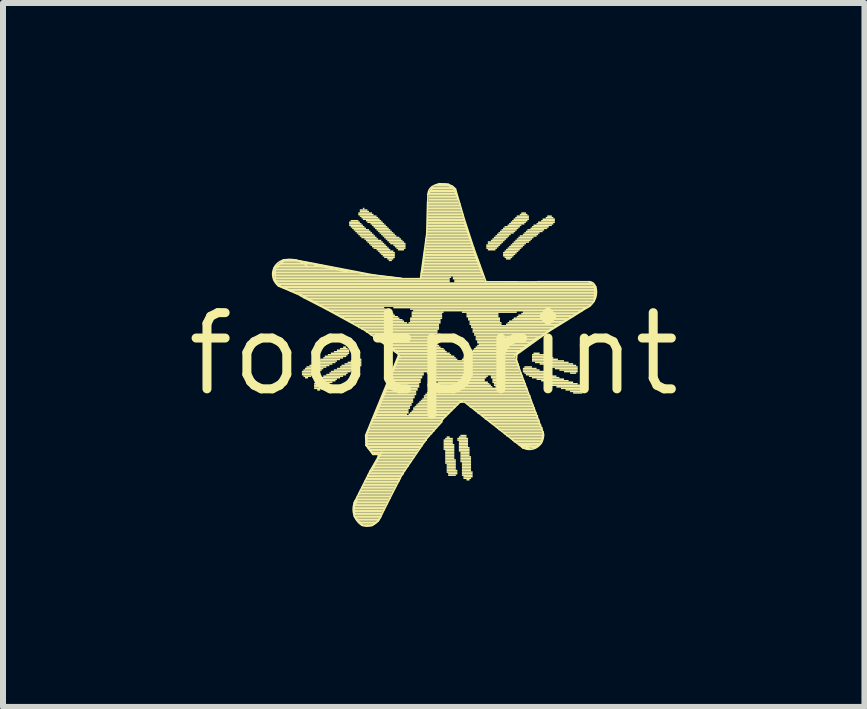
<source format=kicad_pcb>
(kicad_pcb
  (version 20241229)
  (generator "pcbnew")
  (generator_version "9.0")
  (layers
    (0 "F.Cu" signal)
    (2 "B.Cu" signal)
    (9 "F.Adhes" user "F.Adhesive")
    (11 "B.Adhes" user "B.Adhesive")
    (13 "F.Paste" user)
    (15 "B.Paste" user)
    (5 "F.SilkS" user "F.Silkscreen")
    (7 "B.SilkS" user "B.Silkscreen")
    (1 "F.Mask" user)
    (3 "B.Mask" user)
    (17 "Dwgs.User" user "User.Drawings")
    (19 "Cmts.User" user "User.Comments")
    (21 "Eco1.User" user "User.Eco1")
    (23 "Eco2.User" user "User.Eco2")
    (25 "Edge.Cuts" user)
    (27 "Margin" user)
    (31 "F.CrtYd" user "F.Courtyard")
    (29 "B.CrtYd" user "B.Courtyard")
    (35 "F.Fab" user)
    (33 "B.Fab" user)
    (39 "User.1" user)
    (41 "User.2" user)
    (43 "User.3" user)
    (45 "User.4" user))
  (footprint "footprint"
    (layer "F.Cu")
    (at 4.18 2.852)
    (property "Reference" "footprint" (at 0 0 0) (layer "F.SilkS") (effects (font (size 1.27 1.27) (thickness 0.15))))
    (fp_line (start -2.672 -1.356) (end -2.654 -1.443) (stroke (width 0.025) (type solid)) (layer "F.SilkS"))
    (fp_line (start -2.657 -1.234) (end -2.672 -1.356) (stroke (width 0.025) (type solid)) (layer "F.SilkS"))
    (fp_line (start -2.654 -1.443) (end -2.499 -1.567) (stroke (width 0.025) (type solid)) (layer "F.SilkS"))
    (fp_line (start -2.654 -1.326) (end -2.649 -1.389) (stroke (width 0.025) (type solid)) (layer "F.SilkS"))
    (fp_line (start -2.644 -1.242) (end -2.639 -1.44) (stroke (width 0.025) (type solid)) (layer "F.SilkS"))
    (fp_line (start -2.639 -1.44) (end -2.484 -1.562) (stroke (width 0.025) (type solid)) (layer "F.SilkS"))
    (fp_line (start -2.609 -1.455) (end -2.601 -1.445) (stroke (width 0.025) (type solid)) (layer "F.SilkS"))
    (fp_line (start -2.591 -1.173) (end -2.558 -1.135) (stroke (width 0.025) (type solid)) (layer "F.SilkS"))
    (fp_line (start -2.588 -1.148) (end -2.644 -1.242) (stroke (width 0.025) (type solid)) (layer "F.SilkS"))
    (fp_line (start -2.586 -1.133) (end -2.657 -1.234) (stroke (width 0.025) (type solid)) (layer "F.SilkS"))
    (fp_line (start -2.499 -1.567) (end -2.299 -1.567) (stroke (width 0.025) (type solid)) (layer "F.SilkS"))
    (fp_line (start -2.36 -1.052) (end -2.583 -1.138) (stroke (width 0.025) (type solid)) (layer "F.SilkS"))
    (fp_line (start -2.299 -1.567) (end -1.018 -1.321) (stroke (width 0.025) (type solid)) (layer "F.SilkS"))
    (fp_line (start -2.296 -1.56) (end -1.092 -1.323) (stroke (width 0.025) (type solid)) (layer "F.SilkS"))
    (fp_line (start -2.286 -1.006) (end -2.586 -1.133) (stroke (width 0.025) (type solid)) (layer "F.SilkS"))
    (fp_line (start -2.23 -0.998) (end -1.344 -0.518) (stroke (width 0.025) (type solid)) (layer "F.SilkS"))
    (fp_line (start -2.159 -0.937) (end -2.36 -1.052) (stroke (width 0.025) (type solid)) (layer "F.SilkS"))
    (fp_line (start -1.984 -1.483) (end -1.395 -1.361) (stroke (width 0.025) (type solid)) (layer "F.SilkS"))
    (fp_line (start -1.78 -0.742) (end -2.159 -0.937) (stroke (width 0.025) (type solid)) (layer "F.SilkS"))
    (fp_line (start -1.323 2.474) (end -1.311 2.449) (stroke (width 0.025) (type solid)) (layer "F.SilkS"))
    (fp_line (start -1.321 2.71) (end -1.323 2.474) (stroke (width 0.025) (type solid)) (layer "F.SilkS"))
    (fp_line (start -1.311 2.449) (end -1.059 1.946) (stroke (width 0.025) (type solid)) (layer "F.SilkS"))
    (fp_line (start -1.298 2.504) (end -1.285 2.433) (stroke (width 0.025) (type solid)) (layer "F.SilkS"))
    (fp_line (start -1.285 2.433) (end -1.308 2.484) (stroke (width 0.025) (type solid)) (layer "F.SilkS"))
    (fp_line (start -1.184 2.855) (end -1.321 2.71) (stroke (width 0.025) (type solid)) (layer "F.SilkS"))
    (fp_line (start -1.145 -0.394) (end -1.78 -0.742) (stroke (width 0.025) (type solid)) (layer "F.SilkS"))
    (fp_line (start -1.135 1.354) (end -0.582 0.008) (stroke (width 0.025) (type solid)) (layer "F.SilkS"))
    (fp_line (start -1.13 1.522) (end -1.135 1.354) (stroke (width 0.025) (type solid)) (layer "F.SilkS"))
    (fp_line (start -1.115 1.522) (end -1.11 1.318) (stroke (width 0.025) (type solid)) (layer "F.SilkS"))
    (fp_line (start -1.11 1.318) (end -0.592 0.071) (stroke (width 0.025) (type solid)) (layer "F.SilkS"))
    (fp_line (start -1.092 -1.323) (end -0.523 -1.257) (stroke (width 0.025) (type solid)) (layer "F.SilkS"))
    (fp_line (start -1.059 1.946) (end -0.935 1.732) (stroke (width 0.025) (type solid)) (layer "F.SilkS"))
    (fp_line (start -1.041 1.951) (end -0.866 1.633) (stroke (width 0.025) (type solid)) (layer "F.SilkS"))
    (fp_line (start -1.026 2.857) (end -1.184 2.855) (stroke (width 0.025) (type solid)) (layer "F.SilkS"))
    (fp_line (start -1.018 -1.321) (end -0.538 -1.262) (stroke (width 0.025) (type solid)) (layer "F.SilkS"))
    (fp_line (start -1.018 1.664) (end -1.115 1.522) (stroke (width 0.025) (type solid)) (layer "F.SilkS"))
    (fp_line (start -1.011 1.674) (end -1.13 1.522) (stroke (width 0.025) (type solid)) (layer "F.SilkS"))
    (fp_line (start -0.991 1.064) (end -0.691 0.363) (stroke (width 0.025) (type solid)) (layer "F.SilkS"))
    (fp_line (start -0.965 1.664) (end -1.018 1.664) (stroke (width 0.025) (type solid)) (layer "F.SilkS"))
    (fp_line (start -0.935 1.732) (end -0.919 1.674) (stroke (width 0.025) (type solid)) (layer "F.SilkS"))
    (fp_line (start -0.925 2.779) (end -1.026 2.857) (stroke (width 0.025) (type solid)) (layer "F.SilkS"))
    (fp_line (start -0.919 1.674) (end -1.011 1.674) (stroke (width 0.025) (type solid)) (layer "F.SilkS"))
    (fp_line (start -0.897 -0.239) (end -0.973 -0.29) (stroke (width 0.025) (type solid)) (layer "F.SilkS"))
    (fp_line (start -0.884 2.713) (end -0.925 2.779) (stroke (width 0.025) (type solid)) (layer "F.SilkS"))
    (fp_line (start -0.732 2.408) (end -0.884 2.713) (stroke (width 0.025) (type solid)) (layer "F.SilkS"))
    (fp_line (start -0.63 -0.051) (end -0.897 -0.239) (stroke (width 0.025) (type solid)) (layer "F.SilkS"))
    (fp_line (start -0.62 -0.053) (end -0.63 -0.051) (stroke (width 0.025) (type solid)) (layer "F.SilkS"))
    (fp_line (start -0.592 0.071) (end -0.991 1.064) (stroke (width 0.025) (type solid)) (layer "F.SilkS"))
    (fp_line (start -0.582 0.008) (end -1.145 -0.394) (stroke (width 0.025) (type solid)) (layer "F.SilkS"))
    (fp_line (start -0.564 2.08) (end -0.732 2.408) (stroke (width 0.025) (type solid)) (layer "F.SilkS"))
    (fp_line (start -0.559 0.058) (end -0.62 -0.053) (stroke (width 0.025) (type solid)) (layer "F.SilkS"))
    (fp_line (start -0.528 2.009) (end -0.564 2.08) (stroke (width 0.025) (type solid)) (layer "F.SilkS"))
    (fp_line (start -0.523 -1.257) (end -0.221 -1.257) (stroke (width 0.025) (type solid)) (layer "F.SilkS"))
    (fp_line (start -0.221 -1.257) (end -0.119 -1.989) (stroke (width 0.025) (type solid)) (layer "F.SilkS"))
    (fp_line (start -0.191 -1.359) (end -0.142 -1.763) (stroke (width 0.025) (type solid)) (layer "F.SilkS"))
    (fp_line (start -0.117 -2.004) (end -0.097 -2.659) (stroke (width 0.025) (type solid)) (layer "F.SilkS"))
    (fp_line (start -0.114 1.405) (end -0.528 2.009) (stroke (width 0.025) (type solid)) (layer "F.SilkS"))
    (fp_line (start -0.097 -2.659) (end -0.015 -2.781) (stroke (width 0.025) (type solid)) (layer "F.SilkS"))
    (fp_line (start 0.02 -2.817) (end 0.094 -2.84) (stroke (width 0.025) (type solid)) (layer "F.SilkS"))
    (fp_line (start 0.064 -2.825) (end 0.239 -2.817) (stroke (width 0.025) (type solid)) (layer "F.SilkS"))
    (fp_line (start 0.094 -2.84) (end 0.239 -2.832) (stroke (width 0.025) (type solid)) (layer "F.SilkS"))
    (fp_line (start 0.132 1.133) (end -0.114 1.405) (stroke (width 0.025) (type solid)) (layer "F.SilkS"))
    (fp_line (start 0.142 1.095) (end 0.132 1.133) (stroke (width 0.025) (type solid)) (layer "F.SilkS"))
    (fp_line (start 0.239 -2.832) (end 0.315 -2.796) (stroke (width 0.025) (type solid)) (layer "F.SilkS"))
    (fp_line (start 0.239 -2.817) (end 0.333 -2.761) (stroke (width 0.025) (type solid)) (layer "F.SilkS"))
    (fp_line (start 0.315 -2.796) (end 0.363 -2.753) (stroke (width 0.025) (type solid)) (layer "F.SilkS"))
    (fp_line (start 0.333 -2.761) (end 0.404 -2.581) (stroke (width 0.025) (type solid)) (layer "F.SilkS"))
    (fp_line (start 0.363 -2.753) (end 0.508 -2.256) (stroke (width 0.025) (type solid)) (layer "F.SilkS"))
    (fp_line (start 0.437 0.803) (end 0.142 1.095) (stroke (width 0.025) (type solid)) (layer "F.SilkS"))
    (fp_line (start 0.48 0.787) (end 0.437 0.785) (stroke (width 0.025) (type solid)) (layer "F.SilkS"))
    (fp_line (start 0.508 -2.256) (end 0.665 -1.776) (stroke (width 0.025) (type solid)) (layer "F.SilkS"))
    (fp_line (start 0.513 0.8) (end 0.437 0.803) (stroke (width 0.025) (type solid)) (layer "F.SilkS"))
    (fp_line (start 0.516 -2.182) (end 0.655 -1.76) (stroke (width 0.025) (type solid)) (layer "F.SilkS"))
    (fp_line (start 0.663 -1.72) (end 0.808 -1.331) (stroke (width 0.025) (type solid)) (layer "F.SilkS"))
    (fp_line (start 0.665 -1.776) (end 0.871 -1.206) (stroke (width 0.025) (type solid)) (layer "F.SilkS"))
    (fp_line (start 0.871 -1.206) (end 1.709 -1.204) (stroke (width 0.025) (type solid)) (layer "F.SilkS"))
    (fp_line (start 1.346 0.013) (end 1.356 0.02) (stroke (width 0.025) (type solid)) (layer "F.SilkS"))
    (fp_line (start 1.372 0.094) (end 1.826 1.316) (stroke (width 0.025) (type solid)) (layer "F.SilkS"))
    (fp_line (start 1.374 0.003) (end 1.372 0.094) (stroke (width 0.025) (type solid)) (layer "F.SilkS"))
    (fp_line (start 1.379 0.099) (end 1.422 0.221) (stroke (width 0.025) (type solid)) (layer "F.SilkS"))
    (fp_line (start 1.387 0.005) (end 1.379 0.099) (stroke (width 0.025) (type solid)) (layer "F.SilkS"))
    (fp_line (start 1.45 -0.061) (end 1.374 0.003) (stroke (width 0.025) (type solid)) (layer "F.SilkS"))
    (fp_line (start 1.473 1.554) (end 0.513 0.8) (stroke (width 0.025) (type solid)) (layer "F.SilkS"))
    (fp_line (start 1.481 1.565) (end 1.544 1.575) (stroke (width 0.025) (type solid)) (layer "F.SilkS"))
    (fp_line (start 1.544 1.575) (end 1.689 1.557) (stroke (width 0.025) (type solid)) (layer "F.SilkS"))
    (fp_line (start 1.702 1.542) (end 1.473 1.554) (stroke (width 0.025) (type solid)) (layer "F.SilkS"))
    (fp_line (start 1.72 -0.274) (end 1.346 0.013) (stroke (width 0.025) (type solid)) (layer "F.SilkS"))
    (fp_line (start 1.74 1.504) (end 1.458 1.529) (stroke (width 0.025) (type solid)) (layer "F.SilkS"))
    (fp_line (start 1.758 1.504) (end 1.74 1.504) (stroke (width 0.025) (type solid)) (layer "F.SilkS"))
    (fp_line (start 1.793 1.486) (end 1.702 1.542) (stroke (width 0.025) (type solid)) (layer "F.SilkS"))
    (fp_line (start 1.826 1.316) (end 1.793 1.486) (stroke (width 0.025) (type solid)) (layer "F.SilkS"))
    (fp_line (start 1.928 -0.384) (end 1.387 0.005) (stroke (width 0.025) (type solid)) (layer "F.SilkS"))
    (fp_line (start 1.979 -0.432) (end 1.45 -0.061) (stroke (width 0.025) (type solid)) (layer "F.SilkS"))
    (fp_line (start 2.294 -0.622) (end 1.979 -0.432) (stroke (width 0.025) (type solid)) (layer "F.SilkS"))
    (fp_line (start 2.324 -0.627) (end 1.928 -0.384) (stroke (width 0.025) (type solid)) (layer "F.SilkS"))
    (fp_line (start 2.421 -0.699) (end 2.294 -0.622) (stroke (width 0.025) (type solid)) (layer "F.SilkS"))
    (fp_line (start 2.464 -0.716) (end 2.324 -0.627) (stroke (width 0.025) (type solid)) (layer "F.SilkS"))
    (fp_line (start 2.502 -0.754) (end 2.421 -0.699) (stroke (width 0.025) (type solid)) (layer "F.SilkS"))
    (fp_line (start 2.581 -0.787) (end 2.502 -0.754) (stroke (width 0.025) (type solid)) (layer "F.SilkS"))
    (fp_line (start 2.606 -0.803) (end 2.464 -0.716) (stroke (width 0.025) (type solid)) (layer "F.SilkS"))
    (fp_line (start 2.675 -1.113) (end 2.687 -1.074) (stroke (width 0.025) (type solid)) (layer "F.SilkS"))
    (fp_line (start 2.675 -0.891) (end 2.692 -1.107) (stroke (width 0.025) (type solid)) (layer "F.SilkS"))
    (fp_line (start 2.7 -1.118) (end 2.598 -1.206) (stroke (width 0.025) (type solid)) (layer "F.SilkS"))
    (fp_arc (start -2.5857 -1.1354) (mid -2.68111 -1.377905) (end -2.501898 -1.5671) (stroke (width 0.0254) (type solid)) (layer "F.SilkS"))
    (fp_arc (start -2.5197 -1.5622) (mid -2.295814 -1.56516) (end -2.1006 -1.4555) (stroke (width 0.0254) (type solid)) (layer "F.SilkS"))
    (fp_arc (start -1.1963 2.855) (mid -1.331231 2.673736) (end -1.310699 2.448699) (stroke (width 0.0254) (type solid)) (layer "F.SilkS"))
    (fp_arc (start -0.8864 2.7124) (mid -1.008821 2.844672) (end -1.1886 2.8574) (stroke (width 0.0254) (type solid)) (layer "F.SilkS"))
    (fp_arc (start -0.0939 -2.6721) (mid -0.062832 -2.75662) (end 0.0102 -2.809299) (stroke (width 0.0254) (type solid)) (layer "F.SilkS"))
    (fp_arc (start 1.8212 1.2929) (mid 1.74267 1.538504) (end 1.485899 1.5621) (stroke (width 0.0254) (type solid)) (layer "F.SilkS"))
    (fp_arc (start 2.5856 -1.2066) (mid 2.657724 -1.182436) (end 2.6975 -1.1176) (stroke (width 0.0254) (type solid)) (layer "F.SilkS"))
    (fp_arc (start 2.7 -1.1226) (mid 2.700821 -0.945902) (end 2.601 -0.800098) (stroke (width 0.0254) (type solid)) (layer "F.SilkS"))
    (fp_poly (pts (xy -2.654 -1.346) (xy -1.283 -1.346) (xy -1.283 -1.372) (xy -2.654 -1.372)) (stroke (width 0) (type solid)) (fill yes) (layer "F.SilkS"))
    (fp_poly (pts (xy -2.654 -1.321) (xy -1.156 -1.321) (xy -1.156 -1.346) (xy -2.654 -1.346)) (stroke (width 0) (type solid)) (fill yes) (layer "F.SilkS"))
    (fp_poly (pts (xy -2.654 -1.295) (xy -0.953 -1.295) (xy -0.953 -1.321) (xy -2.654 -1.321)) (stroke (width 0) (type solid)) (fill yes) (layer "F.SilkS"))
    (fp_poly (pts (xy -2.654 -1.27) (xy -0.749 -1.27) (xy -0.749 -1.295) (xy -2.654 -1.295)) (stroke (width 0) (type solid)) (fill yes) (layer "F.SilkS"))
    (fp_poly (pts (xy -2.654 -1.245) (xy -0.546 -1.245) (xy -0.546 -1.27) (xy -2.654 -1.27)) (stroke (width 0) (type solid)) (fill yes) (layer "F.SilkS"))
    (fp_poly (pts (xy -2.629 -1.422) (xy -1.74 -1.422) (xy -1.74 -1.448) (xy -2.629 -1.448)) (stroke (width 0) (type solid)) (fill yes) (layer "F.SilkS"))
    (fp_poly (pts (xy -2.629 -1.397) (xy -1.587 -1.397) (xy -1.587 -1.422) (xy -2.629 -1.422)) (stroke (width 0) (type solid)) (fill yes) (layer "F.SilkS"))
    (fp_poly (pts (xy -2.629 -1.372) (xy -1.435 -1.372) (xy -1.435 -1.397) (xy -2.629 -1.397)) (stroke (width 0) (type solid)) (fill yes) (layer "F.SilkS"))
    (fp_poly (pts (xy -2.629 -1.219) (xy 0.267 -1.219) (xy 0.267 -1.245) (xy -2.629 -1.245)) (stroke (width 0) (type solid)) (fill yes) (layer "F.SilkS"))
    (fp_poly (pts (xy -2.629 -1.194) (xy 0.267 -1.194) (xy 0.267 -1.219) (xy -2.629 -1.219)) (stroke (width 0) (type solid)) (fill yes) (layer "F.SilkS"))
    (fp_poly (pts (xy -2.603 -1.448) (xy -1.841 -1.448) (xy -1.841 -1.473) (xy -2.603 -1.473)) (stroke (width 0) (type solid)) (fill yes) (layer "F.SilkS"))
    (fp_poly (pts (xy -2.603 -1.168) (xy 2.629 -1.168) (xy 2.629 -1.194) (xy -2.603 -1.194)) (stroke (width 0) (type solid)) (fill yes) (layer "F.SilkS"))
    (fp_poly (pts (xy -2.578 -1.473) (xy -1.968 -1.473) (xy -1.968 -1.499) (xy -2.578 -1.499)) (stroke (width 0) (type solid)) (fill yes) (layer "F.SilkS"))
    (fp_poly (pts (xy -2.578 -1.143) (xy 2.654 -1.143) (xy 2.654 -1.168) (xy -2.578 -1.168)) (stroke (width 0) (type solid)) (fill yes) (layer "F.SilkS"))
    (fp_poly (pts (xy -2.553 -1.499) (xy -2.07 -1.499) (xy -2.07 -1.524) (xy -2.553 -1.524)) (stroke (width 0) (type solid)) (fill yes) (layer "F.SilkS"))
    (fp_poly (pts (xy -2.553 -1.118) (xy 2.68 -1.118) (xy 2.68 -1.143) (xy -2.553 -1.143)) (stroke (width 0) (type solid)) (fill yes) (layer "F.SilkS"))
    (fp_poly (pts (xy -2.527 -1.524) (xy -2.172 -1.524) (xy -2.172 -1.549) (xy -2.527 -1.549)) (stroke (width 0) (type solid)) (fill yes) (layer "F.SilkS"))
    (fp_poly (pts (xy -2.502 -1.092) (xy 2.68 -1.092) (xy 2.68 -1.118) (xy -2.502 -1.118)) (stroke (width 0) (type solid)) (fill yes) (layer "F.SilkS"))
    (fp_poly (pts (xy -2.477 -1.549) (xy -2.299 -1.549) (xy -2.299 -1.575) (xy -2.477 -1.575)) (stroke (width 0) (type solid)) (fill yes) (layer "F.SilkS"))
    (fp_poly (pts (xy -2.451 -1.067) (xy 2.705 -1.067) (xy 2.705 -1.092) (xy -2.451 -1.092)) (stroke (width 0) (type solid)) (fill yes) (layer "F.SilkS"))
    (fp_poly (pts (xy -2.4 -1.041) (xy 2.705 -1.041) (xy 2.705 -1.067) (xy -2.4 -1.067)) (stroke (width 0) (type solid)) (fill yes) (layer "F.SilkS"))
    (fp_poly (pts (xy -2.324 -1.016) (xy 2.705 -1.016) (xy 2.705 -1.041) (xy -2.324 -1.041)) (stroke (width 0) (type solid)) (fill yes) (layer "F.SilkS"))
    (fp_poly (pts (xy -2.273 -0.991) (xy 2.705 -0.991) (xy 2.705 -1.016) (xy -2.273 -1.016)) (stroke (width 0) (type solid)) (fill yes) (layer "F.SilkS"))
    (fp_poly (pts (xy -2.223 -0.965) (xy 2.705 -0.965) (xy 2.705 -0.991) (xy -2.223 -0.991)) (stroke (width 0) (type solid)) (fill yes) (layer "F.SilkS"))
    (fp_poly (pts (xy -2.197 0.305) (xy -1.918 0.305) (xy -1.918 0.279) (xy -2.197 0.279)) (stroke (width 0) (type solid)) (fill yes) (layer "F.SilkS"))
    (fp_poly (pts (xy -2.197 0.33) (xy -1.968 0.33) (xy -1.968 0.305) (xy -2.197 0.305)) (stroke (width 0) (type solid)) (fill yes) (layer "F.SilkS"))
    (fp_poly (pts (xy -2.197 0.356) (xy -1.994 0.356) (xy -1.994 0.33) (xy -2.197 0.33)) (stroke (width 0) (type solid)) (fill yes) (layer "F.SilkS"))
    (fp_poly (pts (xy -2.172 -0.94) (xy 2.705 -0.94) (xy 2.705 -0.965) (xy -2.172 -0.965)) (stroke (width 0) (type solid)) (fill yes) (layer "F.SilkS"))
    (fp_poly (pts (xy -2.172 0.279) (xy -1.867 0.279) (xy -1.867 0.254) (xy -2.172 0.254)) (stroke (width 0) (type solid)) (fill yes) (layer "F.SilkS"))
    (fp_poly (pts (xy -2.172 0.381) (xy -2.045 0.381) (xy -2.045 0.356) (xy -2.172 0.356)) (stroke (width 0) (type solid)) (fill yes) (layer "F.SilkS"))
    (fp_poly (pts (xy -2.146 0.254) (xy -1.841 0.254) (xy -1.841 0.229) (xy -2.146 0.229)) (stroke (width 0) (type solid)) (fill yes) (layer "F.SilkS"))
    (fp_poly (pts (xy -2.146 0.406) (xy -2.095 0.406) (xy -2.095 0.381) (xy -2.146 0.381)) (stroke (width 0) (type solid)) (fill yes) (layer "F.SilkS"))
    (fp_poly (pts (xy -2.121 -0.914) (xy 2.68 -0.914) (xy 2.68 -0.94) (xy -2.121 -0.94)) (stroke (width 0) (type solid)) (fill yes) (layer "F.SilkS"))
    (fp_poly (pts (xy -2.121 0.229) (xy -1.791 0.229) (xy -1.791 0.203) (xy -2.121 0.203)) (stroke (width 0) (type solid)) (fill yes) (layer "F.SilkS"))
    (fp_poly (pts (xy -2.07 -0.889) (xy 2.68 -0.889) (xy 2.68 -0.914) (xy -2.07 -0.914)) (stroke (width 0) (type solid)) (fill yes) (layer "F.SilkS"))
    (fp_poly (pts (xy -2.07 0.203) (xy -1.74 0.203) (xy -1.74 0.178) (xy -2.07 0.178)) (stroke (width 0) (type solid)) (fill yes) (layer "F.SilkS"))
    (fp_poly (pts (xy -2.019 -0.864) (xy 2.68 -0.864) (xy 2.68 -0.889) (xy -2.019 -0.889)) (stroke (width 0) (type solid)) (fill yes) (layer "F.SilkS"))
    (fp_poly (pts (xy -2.019 0.178) (xy -1.689 0.178) (xy -1.689 0.152) (xy -2.019 0.152)) (stroke (width 0) (type solid)) (fill yes) (layer "F.SilkS"))
    (fp_poly (pts (xy -1.994 0.152) (xy -1.638 0.152) (xy -1.638 0.127) (xy -1.994 0.127)) (stroke (width 0) (type solid)) (fill yes) (layer "F.SilkS"))
    (fp_poly (pts (xy -1.994 0.508) (xy -1.74 0.508) (xy -1.74 0.483) (xy -1.994 0.483)) (stroke (width 0) (type solid)) (fill yes) (layer "F.SilkS"))
    (fp_poly (pts (xy -1.994 0.533) (xy -1.765 0.533) (xy -1.765 0.508) (xy -1.994 0.508)) (stroke (width 0) (type solid)) (fill yes) (layer "F.SilkS"))
    (fp_poly (pts (xy -1.994 0.559) (xy -1.791 0.559) (xy -1.791 0.533) (xy -1.994 0.533)) (stroke (width 0) (type solid)) (fill yes) (layer "F.SilkS"))
    (fp_poly (pts (xy -1.994 0.584) (xy -1.841 0.584) (xy -1.841 0.559) (xy -1.994 0.559)) (stroke (width 0) (type solid)) (fill yes) (layer "F.SilkS"))
    (fp_poly (pts (xy -1.968 -0.838) (xy 2.654 -0.838) (xy 2.654 -0.864) (xy -1.968 -0.864)) (stroke (width 0) (type solid)) (fill yes) (layer "F.SilkS"))
    (fp_poly (pts (xy -1.968 0.483) (xy -1.689 0.483) (xy -1.689 0.457) (xy -1.968 0.457)) (stroke (width 0) (type solid)) (fill yes) (layer "F.SilkS"))
    (fp_poly (pts (xy -1.943 0.127) (xy -1.613 0.127) (xy -1.613 0.102) (xy -1.943 0.102)) (stroke (width 0) (type solid)) (fill yes) (layer "F.SilkS"))
    (fp_poly (pts (xy -1.943 0.457) (xy -1.638 0.457) (xy -1.638 0.432) (xy -1.943 0.432)) (stroke (width 0) (type solid)) (fill yes) (layer "F.SilkS"))
    (fp_poly (pts (xy -1.943 0.61) (xy -1.892 0.61) (xy -1.892 0.584) (xy -1.943 0.584)) (stroke (width 0) (type solid)) (fill yes) (layer "F.SilkS"))
    (fp_poly (pts (xy -1.918 -0.813) (xy 2.629 -0.813) (xy 2.629 -0.838) (xy -1.918 -0.838)) (stroke (width 0) (type solid)) (fill yes) (layer "F.SilkS"))
    (fp_poly (pts (xy -1.892 0.102) (xy -1.562 0.102) (xy -1.562 0.076) (xy -1.892 0.076)) (stroke (width 0) (type solid)) (fill yes) (layer "F.SilkS"))
    (fp_poly (pts (xy -1.892 0.432) (xy -1.613 0.432) (xy -1.613 0.406) (xy -1.892 0.406)) (stroke (width 0) (type solid)) (fill yes) (layer "F.SilkS"))
    (fp_poly (pts (xy -1.867 -0.787) (xy 2.603 -0.787) (xy 2.603 -0.813) (xy -1.867 -0.813)) (stroke (width 0) (type solid)) (fill yes) (layer "F.SilkS"))
    (fp_poly (pts (xy -1.867 0.406) (xy -1.562 0.406) (xy -1.562 0.381) (xy -1.867 0.381)) (stroke (width 0) (type solid)) (fill yes) (layer "F.SilkS"))
    (fp_poly (pts (xy -1.841 0.076) (xy -1.511 0.076) (xy -1.511 0.051) (xy -1.841 0.051)) (stroke (width 0) (type solid)) (fill yes) (layer "F.SilkS"))
    (fp_poly (pts (xy -1.841 0.381) (xy -1.511 0.381) (xy -1.511 0.356) (xy -1.841 0.356)) (stroke (width 0) (type solid)) (fill yes) (layer "F.SilkS"))
    (fp_poly (pts (xy -1.816 -0.762) (xy -0.826 -0.762) (xy -0.826 -0.787) (xy -1.816 -0.787)) (stroke (width 0) (type solid)) (fill yes) (layer "F.SilkS"))
    (fp_poly (pts (xy -1.816 0.051) (xy -1.46 0.051) (xy -1.46 0.025) (xy -1.816 0.025)) (stroke (width 0) (type solid)) (fill yes) (layer "F.SilkS"))
    (fp_poly (pts (xy -1.791 0.356) (xy -1.46 0.356) (xy -1.46 0.33) (xy -1.791 0.33)) (stroke (width 0) (type solid)) (fill yes) (layer "F.SilkS"))
    (fp_poly (pts (xy -1.765 -0.737) (xy -0.8 -0.737) (xy -0.8 -0.762) (xy -1.765 -0.762)) (stroke (width 0) (type solid)) (fill yes) (layer "F.SilkS"))
    (fp_poly (pts (xy -1.765 0.025) (xy -1.435 0.025) (xy -1.435 0) (xy -1.765 0)) (stroke (width 0) (type solid)) (fill yes) (layer "F.SilkS"))
    (fp_poly (pts (xy -1.74 -0.711) (xy -0.749 -0.711) (xy -0.749 -0.737) (xy -1.74 -0.737)) (stroke (width 0) (type solid)) (fill yes) (layer "F.SilkS"))
    (fp_poly (pts (xy -1.74 0.33) (xy -1.435 0.33) (xy -1.435 0.305) (xy -1.74 0.305)) (stroke (width 0) (type solid)) (fill yes) (layer "F.SilkS"))
    (fp_poly (pts (xy -1.714 0) (xy -1.41 0) (xy -1.41 -0.025) (xy -1.714 -0.025)) (stroke (width 0) (type solid)) (fill yes) (layer "F.SilkS"))
    (fp_poly (pts (xy -1.714 0.305) (xy -1.384 0.305) (xy -1.384 0.279) (xy -1.714 0.279)) (stroke (width 0) (type solid)) (fill yes) (layer "F.SilkS"))
    (fp_poly (pts (xy -1.689 -0.686) (xy -0.724 -0.686) (xy -0.724 -0.711) (xy -1.689 -0.711)) (stroke (width 0) (type solid)) (fill yes) (layer "F.SilkS"))
    (fp_poly (pts (xy -1.664 -0.025) (xy -1.41 -0.025) (xy -1.41 -0.051) (xy -1.664 -0.051)) (stroke (width 0) (type solid)) (fill yes) (layer "F.SilkS"))
    (fp_poly (pts (xy -1.664 0.279) (xy -1.333 0.279) (xy -1.333 0.254) (xy -1.664 0.254)) (stroke (width 0) (type solid)) (fill yes) (layer "F.SilkS"))
    (fp_poly (pts (xy -1.638 -0.66) (xy -0.673 -0.66) (xy -0.673 -0.686) (xy -1.638 -0.686)) (stroke (width 0) (type solid)) (fill yes) (layer "F.SilkS"))
    (fp_poly (pts (xy -1.613 -0.051) (xy -1.41 -0.051) (xy -1.41 -0.076) (xy -1.613 -0.076)) (stroke (width 0) (type solid)) (fill yes) (layer "F.SilkS"))
    (fp_poly (pts (xy -1.613 0.254) (xy -1.283 0.254) (xy -1.283 0.229) (xy -1.613 0.229)) (stroke (width 0) (type solid)) (fill yes) (layer "F.SilkS"))
    (fp_poly (pts (xy -1.587 -0.635) (xy -0.648 -0.635) (xy -0.648 -0.66) (xy -1.587 -0.66)) (stroke (width 0) (type solid)) (fill yes) (layer "F.SilkS"))
    (fp_poly (pts (xy -1.562 -0.076) (xy -1.435 -0.076) (xy -1.435 -0.102) (xy -1.562 -0.102)) (stroke (width 0) (type solid)) (fill yes) (layer "F.SilkS"))
    (fp_poly (pts (xy -1.562 0.229) (xy -1.257 0.229) (xy -1.257 0.203) (xy -1.562 0.203)) (stroke (width 0) (type solid)) (fill yes) (layer "F.SilkS"))
    (fp_poly (pts (xy -1.537 -0.61) (xy -0.597 -0.61) (xy -0.597 -0.635) (xy -1.537 -0.635)) (stroke (width 0) (type solid)) (fill yes) (layer "F.SilkS"))
    (fp_poly (pts (xy -1.537 0.203) (xy -1.206 0.203) (xy -1.206 0.178) (xy -1.537 0.178)) (stroke (width 0) (type solid)) (fill yes) (layer "F.SilkS"))
    (fp_poly (pts (xy -1.511 -0.102) (xy -1.46 -0.102) (xy -1.46 -0.127) (xy -1.511 -0.127)) (stroke (width 0) (type solid)) (fill yes) (layer "F.SilkS"))
    (fp_poly (pts (xy -1.486 -0.584) (xy -0.572 -0.584) (xy -0.572 -0.61) (xy -1.486 -0.61)) (stroke (width 0) (type solid)) (fill yes) (layer "F.SilkS"))
    (fp_poly (pts (xy -1.486 0.178) (xy -1.206 0.178) (xy -1.206 0.152) (xy -1.486 0.152)) (stroke (width 0) (type solid)) (fill yes) (layer "F.SilkS"))
    (fp_poly (pts (xy -1.46 -0.559) (xy -0.521 -0.559) (xy -0.521 -0.584) (xy -1.46 -0.584)) (stroke (width 0) (type solid)) (fill yes) (layer "F.SilkS"))
    (fp_poly (pts (xy -1.435 0.152) (xy -1.206 0.152) (xy -1.206 0.127) (xy -1.435 0.127)) (stroke (width 0) (type solid)) (fill yes) (layer "F.SilkS"))
    (fp_poly (pts (xy -1.41 -2.184) (xy -1.232 -2.184) (xy -1.232 -2.21) (xy -1.41 -2.21)) (stroke (width 0) (type solid)) (fill yes) (layer "F.SilkS"))
    (fp_poly (pts (xy -1.41 -2.159) (xy -1.206 -2.159) (xy -1.206 -2.184) (xy -1.41 -2.184)) (stroke (width 0) (type solid)) (fill yes) (layer "F.SilkS"))
    (fp_poly (pts (xy -1.41 -2.134) (xy -1.181 -2.134) (xy -1.181 -2.159) (xy -1.41 -2.159)) (stroke (width 0) (type solid)) (fill yes) (layer "F.SilkS"))
    (fp_poly (pts (xy -1.41 -0.533) (xy -0.495 -0.533) (xy -0.495 -0.559) (xy -1.41 -0.559)) (stroke (width 0) (type solid)) (fill yes) (layer "F.SilkS"))
    (fp_poly (pts (xy -1.384 -2.21) (xy -1.257 -2.21) (xy -1.257 -2.235) (xy -1.384 -2.235)) (stroke (width 0) (type solid)) (fill yes) (layer "F.SilkS"))
    (fp_poly (pts (xy -1.384 -2.108) (xy -1.156 -2.108) (xy -1.156 -2.134) (xy -1.384 -2.134)) (stroke (width 0) (type solid)) (fill yes) (layer "F.SilkS"))
    (fp_poly (pts (xy -1.384 0.127) (xy -1.206 0.127) (xy -1.206 0.102) (xy -1.384 0.102)) (stroke (width 0) (type solid)) (fill yes) (layer "F.SilkS"))
    (fp_poly (pts (xy -1.359 -2.083) (xy -1.13 -2.083) (xy -1.13 -2.108) (xy -1.359 -2.108)) (stroke (width 0) (type solid)) (fill yes) (layer "F.SilkS"))
    (fp_poly (pts (xy -1.359 -0.508) (xy -0.445 -0.508) (xy -0.445 -0.533) (xy -1.359 -0.533)) (stroke (width 0) (type solid)) (fill yes) (layer "F.SilkS"))
    (fp_poly (pts (xy -1.359 0.102) (xy -1.206 0.102) (xy -1.206 0.076) (xy -1.359 0.076)) (stroke (width 0) (type solid)) (fill yes) (layer "F.SilkS"))
    (fp_poly (pts (xy -1.333 -2.057) (xy -1.079 -2.057) (xy -1.079 -2.083) (xy -1.333 -2.083)) (stroke (width 0) (type solid)) (fill yes) (layer "F.SilkS"))
    (fp_poly (pts (xy -1.333 -0.483) (xy 0.089 -0.483) (xy 0.089 -0.508) (xy -1.333 -0.508)) (stroke (width 0) (type solid)) (fill yes) (layer "F.SilkS"))
    (fp_poly (pts (xy -1.333 2.515) (xy -0.775 2.515) (xy -0.775 2.489) (xy -1.333 2.489)) (stroke (width 0) (type solid)) (fill yes) (layer "F.SilkS"))
    (fp_poly (pts (xy -1.333 2.54) (xy -0.8 2.54) (xy -0.8 2.515) (xy -1.333 2.515)) (stroke (width 0) (type solid)) (fill yes) (layer "F.SilkS"))
    (fp_poly (pts (xy -1.333 2.565) (xy -0.8 2.565) (xy -0.8 2.54) (xy -1.333 2.54)) (stroke (width 0) (type solid)) (fill yes) (layer "F.SilkS"))
    (fp_poly (pts (xy -1.333 2.591) (xy -0.826 2.591) (xy -0.826 2.565) (xy -1.333 2.565)) (stroke (width 0) (type solid)) (fill yes) (layer "F.SilkS"))
    (fp_poly (pts (xy -1.333 2.616) (xy -0.826 2.616) (xy -0.826 2.591) (xy -1.333 2.591)) (stroke (width 0) (type solid)) (fill yes) (layer "F.SilkS"))
    (fp_poly (pts (xy -1.333 2.642) (xy -0.851 2.642) (xy -0.851 2.616) (xy -1.333 2.616)) (stroke (width 0) (type solid)) (fill yes) (layer "F.SilkS"))
    (fp_poly (pts (xy -1.333 2.667) (xy -0.851 2.667) (xy -0.851 2.642) (xy -1.333 2.642)) (stroke (width 0) (type solid)) (fill yes) (layer "F.SilkS"))
    (fp_poly (pts (xy -1.333 2.692) (xy -0.876 2.692) (xy -0.876 2.667) (xy -1.333 2.667)) (stroke (width 0) (type solid)) (fill yes) (layer "F.SilkS"))
    (fp_poly (pts (xy -1.308 -2.032) (xy -1.054 -2.032) (xy -1.054 -2.057) (xy -1.308 -2.057)) (stroke (width 0) (type solid)) (fill yes) (layer "F.SilkS"))
    (fp_poly (pts (xy -1.308 0.076) (xy -1.232 0.076) (xy -1.232 0.051) (xy -1.308 0.051)) (stroke (width 0) (type solid)) (fill yes) (layer "F.SilkS"))
    (fp_poly (pts (xy -1.308 2.464) (xy -0.749 2.464) (xy -0.749 2.438) (xy -1.308 2.438)) (stroke (width 0) (type solid)) (fill yes) (layer "F.SilkS"))
    (fp_poly (pts (xy -1.308 2.489) (xy -0.775 2.489) (xy -0.775 2.464) (xy -1.308 2.464)) (stroke (width 0) (type solid)) (fill yes) (layer "F.SilkS"))
    (fp_poly (pts (xy -1.308 2.718) (xy -0.876 2.718) (xy -0.876 2.692) (xy -1.308 2.692)) (stroke (width 0) (type solid)) (fill yes) (layer "F.SilkS"))
    (fp_poly (pts (xy -1.308 2.743) (xy -0.902 2.743) (xy -0.902 2.718) (xy -1.308 2.718)) (stroke (width 0) (type solid)) (fill yes) (layer "F.SilkS"))
    (fp_poly (pts (xy -1.283 -2.007) (xy -1.029 -2.007) (xy -1.029 -2.032) (xy -1.283 -2.032)) (stroke (width 0) (type solid)) (fill yes) (layer "F.SilkS"))
    (fp_poly (pts (xy -1.283 -0.457) (xy 0.089 -0.457) (xy 0.089 -0.483) (xy -1.283 -0.483)) (stroke (width 0) (type solid)) (fill yes) (layer "F.SilkS"))
    (fp_poly (pts (xy -1.283 2.388) (xy -0.724 2.388) (xy -0.724 2.362) (xy -1.283 2.362)) (stroke (width 0) (type solid)) (fill yes) (layer "F.SilkS"))
    (fp_poly (pts (xy -1.283 2.413) (xy -0.724 2.413) (xy -0.724 2.388) (xy -1.283 2.388)) (stroke (width 0) (type solid)) (fill yes) (layer "F.SilkS"))
    (fp_poly (pts (xy -1.283 2.438) (xy -0.749 2.438) (xy -0.749 2.413) (xy -1.283 2.413)) (stroke (width 0) (type solid)) (fill yes) (layer "F.SilkS"))
    (fp_poly (pts (xy -1.283 2.769) (xy -0.902 2.769) (xy -0.902 2.743) (xy -1.283 2.743)) (stroke (width 0) (type solid)) (fill yes) (layer "F.SilkS"))
    (fp_poly (pts (xy -1.257 -2.337) (xy -1.029 -2.337) (xy -1.029 -2.362) (xy -1.257 -2.362)) (stroke (width 0) (type solid)) (fill yes) (layer "F.SilkS"))
    (fp_poly (pts (xy -1.257 -2.311) (xy -1.003 -2.311) (xy -1.003 -2.337) (xy -1.257 -2.337)) (stroke (width 0) (type solid)) (fill yes) (layer "F.SilkS"))
    (fp_poly (pts (xy -1.257 -1.981) (xy -1.003 -1.981) (xy -1.003 -2.007) (xy -1.257 -2.007)) (stroke (width 0) (type solid)) (fill yes) (layer "F.SilkS"))
    (fp_poly (pts (xy -1.257 -0.432) (xy 0.089 -0.432) (xy 0.089 -0.457) (xy -1.257 -0.457)) (stroke (width 0) (type solid)) (fill yes) (layer "F.SilkS"))
    (fp_poly (pts (xy -1.257 2.337) (xy -0.699 2.337) (xy -0.699 2.311) (xy -1.257 2.311)) (stroke (width 0) (type solid)) (fill yes) (layer "F.SilkS"))
    (fp_poly (pts (xy -1.257 2.362) (xy -0.699 2.362) (xy -0.699 2.337) (xy -1.257 2.337)) (stroke (width 0) (type solid)) (fill yes) (layer "F.SilkS"))
    (fp_poly (pts (xy -1.257 2.794) (xy -0.927 2.794) (xy -0.927 2.769) (xy -1.257 2.769)) (stroke (width 0) (type solid)) (fill yes) (layer "F.SilkS"))
    (fp_poly (pts (xy -1.232 -2.388) (xy -1.105 -2.388) (xy -1.105 -2.413) (xy -1.232 -2.413)) (stroke (width 0) (type solid)) (fill yes) (layer "F.SilkS"))
    (fp_poly (pts (xy -1.232 -2.362) (xy -1.079 -2.362) (xy -1.079 -2.388) (xy -1.232 -2.388)) (stroke (width 0) (type solid)) (fill yes) (layer "F.SilkS"))
    (fp_poly (pts (xy -1.232 -2.286) (xy -0.953 -2.286) (xy -0.953 -2.311) (xy -1.232 -2.311)) (stroke (width 0) (type solid)) (fill yes) (layer "F.SilkS"))
    (fp_poly (pts (xy -1.232 -1.956) (xy -0.978 -1.956) (xy -0.978 -1.981) (xy -1.232 -1.981)) (stroke (width 0) (type solid)) (fill yes) (layer "F.SilkS"))
    (fp_poly (pts (xy -1.232 2.286) (xy -0.673 2.286) (xy -0.673 2.261) (xy -1.232 2.261)) (stroke (width 0) (type solid)) (fill yes) (layer "F.SilkS"))
    (fp_poly (pts (xy -1.232 2.311) (xy -0.673 2.311) (xy -0.673 2.286) (xy -1.232 2.286)) (stroke (width 0) (type solid)) (fill yes) (layer "F.SilkS"))
    (fp_poly (pts (xy -1.232 2.819) (xy -0.953 2.819) (xy -0.953 2.794) (xy -1.232 2.794)) (stroke (width 0) (type solid)) (fill yes) (layer "F.SilkS"))
    (fp_poly (pts (xy -1.206 -2.261) (xy -0.927 -2.261) (xy -0.927 -2.286) (xy -1.206 -2.286)) (stroke (width 0) (type solid)) (fill yes) (layer "F.SilkS"))
    (fp_poly (pts (xy -1.206 -1.93) (xy -0.953 -1.93) (xy -0.953 -1.956) (xy -1.206 -1.956)) (stroke (width 0) (type solid)) (fill yes) (layer "F.SilkS"))
    (fp_poly (pts (xy -1.206 -0.406) (xy 0.089 -0.406) (xy 0.089 -0.432) (xy -1.206 -0.432)) (stroke (width 0) (type solid)) (fill yes) (layer "F.SilkS"))
    (fp_poly (pts (xy -1.206 2.235) (xy -0.648 2.235) (xy -0.648 2.21) (xy -1.206 2.21)) (stroke (width 0) (type solid)) (fill yes) (layer "F.SilkS"))
    (fp_poly (pts (xy -1.206 2.261) (xy -0.648 2.261) (xy -0.648 2.235) (xy -1.206 2.235)) (stroke (width 0) (type solid)) (fill yes) (layer "F.SilkS"))
    (fp_poly (pts (xy -1.206 2.845) (xy -0.978 2.845) (xy -0.978 2.819) (xy -1.206 2.819)) (stroke (width 0) (type solid)) (fill yes) (layer "F.SilkS"))
    (fp_poly (pts (xy -1.181 -2.413) (xy -1.156 -2.413) (xy -1.156 -2.438) (xy -1.181 -2.438)) (stroke (width 0) (type solid)) (fill yes) (layer "F.SilkS"))
    (fp_poly (pts (xy -1.181 -2.235) (xy -0.902 -2.235) (xy -0.902 -2.261) (xy -1.181 -2.261)) (stroke (width 0) (type solid)) (fill yes) (layer "F.SilkS"))
    (fp_poly (pts (xy -1.181 2.184) (xy -0.622 2.184) (xy -0.622 2.159) (xy -1.181 2.159)) (stroke (width 0) (type solid)) (fill yes) (layer "F.SilkS"))
    (fp_poly (pts (xy -1.181 2.21) (xy -0.622 2.21) (xy -0.622 2.184) (xy -1.181 2.184)) (stroke (width 0) (type solid)) (fill yes) (layer "F.SilkS"))
    (fp_poly (pts (xy -1.156 -1.905) (xy -0.927 -1.905) (xy -0.927 -1.93) (xy -1.156 -1.93)) (stroke (width 0) (type solid)) (fill yes) (layer "F.SilkS"))
    (fp_poly (pts (xy -1.156 -0.381) (xy 0.064 -0.381) (xy 0.064 -0.406) (xy -1.156 -0.406)) (stroke (width 0) (type solid)) (fill yes) (layer "F.SilkS"))
    (fp_poly (pts (xy -1.156 2.134) (xy -0.572 2.134) (xy -0.572 2.108) (xy -1.156 2.108)) (stroke (width 0) (type solid)) (fill yes) (layer "F.SilkS"))
    (fp_poly (pts (xy -1.156 2.159) (xy -0.597 2.159) (xy -0.597 2.134) (xy -1.156 2.134)) (stroke (width 0) (type solid)) (fill yes) (layer "F.SilkS"))
    (fp_poly (pts (xy -1.13 -2.21) (xy -0.876 -2.21) (xy -0.876 -2.235) (xy -1.13 -2.235)) (stroke (width 0) (type solid)) (fill yes) (layer "F.SilkS"))
    (fp_poly (pts (xy -1.13 -1.88) (xy -0.876 -1.88) (xy -0.876 -1.905) (xy -1.13 -1.905)) (stroke (width 0) (type solid)) (fill yes) (layer "F.SilkS"))
    (fp_poly (pts (xy -1.13 -0.356) (xy 0.064 -0.356) (xy 0.064 -0.381) (xy -1.13 -0.381)) (stroke (width 0) (type solid)) (fill yes) (layer "F.SilkS"))
    (fp_poly (pts (xy -1.13 1.372) (xy -0.064 1.372) (xy -0.064 1.346) (xy -1.13 1.346)) (stroke (width 0) (type solid)) (fill yes) (layer "F.SilkS"))
    (fp_poly (pts (xy -1.13 1.397) (xy -0.089 1.397) (xy -0.089 1.372) (xy -1.13 1.372)) (stroke (width 0) (type solid)) (fill yes) (layer "F.SilkS"))
    (fp_poly (pts (xy -1.13 1.422) (xy -0.114 1.422) (xy -0.114 1.397) (xy -1.13 1.397)) (stroke (width 0) (type solid)) (fill yes) (layer "F.SilkS"))
    (fp_poly (pts (xy -1.13 1.448) (xy -0.114 1.448) (xy -0.114 1.422) (xy -1.13 1.422)) (stroke (width 0) (type solid)) (fill yes) (layer "F.SilkS"))
    (fp_poly (pts (xy -1.13 1.473) (xy -0.14 1.473) (xy -0.14 1.448) (xy -1.13 1.448)) (stroke (width 0) (type solid)) (fill yes) (layer "F.SilkS"))
    (fp_poly (pts (xy -1.13 1.499) (xy -0.165 1.499) (xy -0.165 1.473) (xy -1.13 1.473)) (stroke (width 0) (type solid)) (fill yes) (layer "F.SilkS"))
    (fp_poly (pts (xy -1.13 1.524) (xy -0.191 1.524) (xy -0.191 1.499) (xy -1.13 1.499)) (stroke (width 0) (type solid)) (fill yes) (layer "F.SilkS"))
    (fp_poly (pts (xy -1.13 2.083) (xy -0.546 2.083) (xy -0.546 2.057) (xy -1.13 2.057)) (stroke (width 0) (type solid)) (fill yes) (layer "F.SilkS"))
    (fp_poly (pts (xy -1.13 2.108) (xy -0.572 2.108) (xy -0.572 2.083) (xy -1.13 2.083)) (stroke (width 0) (type solid)) (fill yes) (layer "F.SilkS"))
    (fp_poly (pts (xy -1.13 2.87) (xy -1.029 2.87) (xy -1.029 2.845) (xy -1.13 2.845)) (stroke (width 0) (type solid)) (fill yes) (layer "F.SilkS"))
    (fp_poly (pts (xy -1.105 -2.184) (xy -0.851 -2.184) (xy -0.851 -2.21) (xy -1.105 -2.21)) (stroke (width 0) (type solid)) (fill yes) (layer "F.SilkS"))
    (fp_poly (pts (xy -1.105 -1.854) (xy -0.851 -1.854) (xy -0.851 -1.88) (xy -1.105 -1.88)) (stroke (width 0) (type solid)) (fill yes) (layer "F.SilkS"))
    (fp_poly (pts (xy -1.105 1.295) (xy 0.013 1.295) (xy 0.013 1.27) (xy -1.105 1.27)) (stroke (width 0) (type solid)) (fill yes) (layer "F.SilkS"))
    (fp_poly (pts (xy -1.105 1.321) (xy -0.013 1.321) (xy -0.013 1.295) (xy -1.105 1.295)) (stroke (width 0) (type solid)) (fill yes) (layer "F.SilkS"))
    (fp_poly (pts (xy -1.105 1.346) (xy -0.038 1.346) (xy -0.038 1.321) (xy -1.105 1.321)) (stroke (width 0) (type solid)) (fill yes) (layer "F.SilkS"))
    (fp_poly (pts (xy -1.105 1.549) (xy -0.191 1.549) (xy -0.191 1.524) (xy -1.105 1.524)) (stroke (width 0) (type solid)) (fill yes) (layer "F.SilkS"))
    (fp_poly (pts (xy -1.105 1.575) (xy -0.216 1.575) (xy -0.216 1.549) (xy -1.105 1.549)) (stroke (width 0) (type solid)) (fill yes) (layer "F.SilkS"))
    (fp_poly (pts (xy -1.105 2.032) (xy -0.521 2.032) (xy -0.521 2.007) (xy -1.105 2.007)) (stroke (width 0) (type solid)) (fill yes) (layer "F.SilkS"))
    (fp_poly (pts (xy -1.105 2.057) (xy -0.546 2.057) (xy -0.546 2.032) (xy -1.105 2.032)) (stroke (width 0) (type solid)) (fill yes) (layer "F.SilkS"))
    (fp_poly (pts (xy -1.079 -1.829) (xy -0.826 -1.829) (xy -0.826 -1.854) (xy -1.079 -1.854)) (stroke (width 0) (type solid)) (fill yes) (layer "F.SilkS"))
    (fp_poly (pts (xy -1.079 -0.33) (xy 0.064 -0.33) (xy 0.064 -0.356) (xy -1.079 -0.356)) (stroke (width 0) (type solid)) (fill yes) (layer "F.SilkS"))
    (fp_poly (pts (xy -1.079 1.245) (xy 0.038 1.245) (xy 0.038 1.219) (xy -1.079 1.219)) (stroke (width 0) (type solid)) (fill yes) (layer "F.SilkS"))
    (fp_poly (pts (xy -1.079 1.27) (xy 0.013 1.27) (xy 0.013 1.245) (xy -1.079 1.245)) (stroke (width 0) (type solid)) (fill yes) (layer "F.SilkS"))
    (fp_poly (pts (xy -1.079 1.6) (xy -0.241 1.6) (xy -0.241 1.575) (xy -1.079 1.575)) (stroke (width 0) (type solid)) (fill yes) (layer "F.SilkS"))
    (fp_poly (pts (xy -1.079 1.981) (xy -0.495 1.981) (xy -0.495 1.956) (xy -1.079 1.956)) (stroke (width 0) (type solid)) (fill yes) (layer "F.SilkS"))
    (fp_poly (pts (xy -1.079 2.007) (xy -0.495 2.007) (xy -0.495 1.981) (xy -1.079 1.981)) (stroke (width 0) (type solid)) (fill yes) (layer "F.SilkS"))
    (fp_poly (pts (xy -1.054 -2.159) (xy -0.826 -2.159) (xy -0.826 -2.184) (xy -1.054 -2.184)) (stroke (width 0) (type solid)) (fill yes) (layer "F.SilkS"))
    (fp_poly (pts (xy -1.054 -1.803) (xy -0.8 -1.803) (xy -0.8 -1.829) (xy -1.054 -1.829)) (stroke (width 0) (type solid)) (fill yes) (layer "F.SilkS"))
    (fp_poly (pts (xy -1.054 -0.305) (xy 0.038 -0.305) (xy 0.038 -0.33) (xy -1.054 -0.33)) (stroke (width 0) (type solid)) (fill yes) (layer "F.SilkS"))
    (fp_poly (pts (xy -1.054 1.168) (xy 0.114 1.168) (xy 0.114 1.143) (xy -1.054 1.143)) (stroke (width 0) (type solid)) (fill yes) (layer "F.SilkS"))
    (fp_poly (pts (xy -1.054 1.194) (xy 0.089 1.194) (xy 0.089 1.168) (xy -1.054 1.168)) (stroke (width 0) (type solid)) (fill yes) (layer "F.SilkS"))
    (fp_poly (pts (xy -1.054 1.219) (xy 0.064 1.219) (xy 0.064 1.194) (xy -1.054 1.194)) (stroke (width 0) (type solid)) (fill yes) (layer "F.SilkS"))
    (fp_poly (pts (xy -1.054 1.626) (xy -0.267 1.626) (xy -0.267 1.6) (xy -1.054 1.6)) (stroke (width 0) (type solid)) (fill yes) (layer "F.SilkS"))
    (fp_poly (pts (xy -1.054 1.956) (xy -0.47 1.956) (xy -0.47 1.93) (xy -1.054 1.93)) (stroke (width 0) (type solid)) (fill yes) (layer "F.SilkS"))
    (fp_poly (pts (xy -1.029 -2.134) (xy -0.8 -2.134) (xy -0.8 -2.159) (xy -1.029 -2.159)) (stroke (width 0) (type solid)) (fill yes) (layer "F.SilkS"))
    (fp_poly (pts (xy -1.029 -1.778) (xy -0.775 -1.778) (xy -0.775 -1.803) (xy -1.029 -1.803)) (stroke (width 0) (type solid)) (fill yes) (layer "F.SilkS"))
    (fp_poly (pts (xy -1.029 1.118) (xy 0.14 1.118) (xy 0.14 1.092) (xy -1.029 1.092)) (stroke (width 0) (type solid)) (fill yes) (layer "F.SilkS"))
    (fp_poly (pts (xy -1.029 1.143) (xy 0.14 1.143) (xy 0.14 1.118) (xy -1.029 1.118)) (stroke (width 0) (type solid)) (fill yes) (layer "F.SilkS"))
    (fp_poly (pts (xy -1.029 1.651) (xy -0.267 1.651) (xy -0.267 1.626) (xy -1.029 1.626)) (stroke (width 0) (type solid)) (fill yes) (layer "F.SilkS"))
    (fp_poly (pts (xy -1.029 1.905) (xy -0.445 1.905) (xy -0.445 1.88) (xy -1.029 1.88)) (stroke (width 0) (type solid)) (fill yes) (layer "F.SilkS"))
    (fp_poly (pts (xy -1.029 1.93) (xy -0.47 1.93) (xy -0.47 1.905) (xy -1.029 1.905)) (stroke (width 0) (type solid)) (fill yes) (layer "F.SilkS"))
    (fp_poly (pts (xy -1.003 -2.108) (xy -0.775 -2.108) (xy -0.775 -2.134) (xy -1.003 -2.134)) (stroke (width 0) (type solid)) (fill yes) (layer "F.SilkS"))
    (fp_poly (pts (xy -1.003 -1.753) (xy -0.749 -1.753) (xy -0.749 -1.778) (xy -1.003 -1.778)) (stroke (width 0) (type solid)) (fill yes) (layer "F.SilkS"))
    (fp_poly (pts (xy -1.003 -0.279) (xy 0.038 -0.279) (xy 0.038 -0.305) (xy -1.003 -0.305)) (stroke (width 0) (type solid)) (fill yes) (layer "F.SilkS"))
    (fp_poly (pts (xy -1.003 1.067) (xy 0.191 1.067) (xy 0.191 1.041) (xy -1.003 1.041)) (stroke (width 0) (type solid)) (fill yes) (layer "F.SilkS"))
    (fp_poly (pts (xy -1.003 1.092) (xy 0.165 1.092) (xy 0.165 1.067) (xy -1.003 1.067)) (stroke (width 0) (type solid)) (fill yes) (layer "F.SilkS"))
    (fp_poly (pts (xy -1.003 1.676) (xy -0.292 1.676) (xy -0.292 1.651) (xy -1.003 1.651)) (stroke (width 0) (type solid)) (fill yes) (layer "F.SilkS"))
    (fp_poly (pts (xy -1.003 1.854) (xy -0.419 1.854) (xy -0.419 1.829) (xy -1.003 1.829)) (stroke (width 0) (type solid)) (fill yes) (layer "F.SilkS"))
    (fp_poly (pts (xy -1.003 1.88) (xy -0.419 1.88) (xy -0.419 1.854) (xy -1.003 1.854)) (stroke (width 0) (type solid)) (fill yes) (layer "F.SilkS"))
    (fp_poly (pts (xy -0.978 -2.083) (xy -0.749 -2.083) (xy -0.749 -2.108) (xy -0.978 -2.108)) (stroke (width 0) (type solid)) (fill yes) (layer "F.SilkS"))
    (fp_poly (pts (xy -0.978 1.016) (xy -0.445 1.016) (xy -0.445 0.991) (xy -0.978 0.991)) (stroke (width 0) (type solid)) (fill yes) (layer "F.SilkS"))
    (fp_poly (pts (xy -0.978 1.041) (xy 0.216 1.041) (xy 0.216 1.016) (xy -0.978 1.016)) (stroke (width 0) (type solid)) (fill yes) (layer "F.SilkS"))
    (fp_poly (pts (xy -0.978 1.803) (xy -0.368 1.803) (xy -0.368 1.778) (xy -0.978 1.778)) (stroke (width 0) (type solid)) (fill yes) (layer "F.SilkS"))
    (fp_poly (pts (xy -0.978 1.829) (xy -0.394 1.829) (xy -0.394 1.803) (xy -0.978 1.803)) (stroke (width 0) (type solid)) (fill yes) (layer "F.SilkS"))
    (fp_poly (pts (xy -0.953 -2.057) (xy -0.724 -2.057) (xy -0.724 -2.083) (xy -0.953 -2.083)) (stroke (width 0) (type solid)) (fill yes) (layer "F.SilkS"))
    (fp_poly (pts (xy -0.953 -1.727) (xy -0.724 -1.727) (xy -0.724 -1.753) (xy -0.953 -1.753)) (stroke (width 0) (type solid)) (fill yes) (layer "F.SilkS"))
    (fp_poly (pts (xy -0.953 -0.254) (xy 0.038 -0.254) (xy 0.038 -0.279) (xy -0.953 -0.279)) (stroke (width 0) (type solid)) (fill yes) (layer "F.SilkS"))
    (fp_poly (pts (xy -0.953 0.94) (xy -0.419 0.94) (xy -0.419 0.914) (xy -0.953 0.914)) (stroke (width 0) (type solid)) (fill yes) (layer "F.SilkS"))
    (fp_poly (pts (xy -0.953 0.965) (xy -0.419 0.965) (xy -0.419 0.94) (xy -0.953 0.94)) (stroke (width 0) (type solid)) (fill yes) (layer "F.SilkS"))
    (fp_poly (pts (xy -0.953 0.991) (xy -0.419 0.991) (xy -0.419 0.965) (xy -0.953 0.965)) (stroke (width 0) (type solid)) (fill yes) (layer "F.SilkS"))
    (fp_poly (pts (xy -0.953 1.778) (xy -0.368 1.778) (xy -0.368 1.753) (xy -0.953 1.753)) (stroke (width 0) (type solid)) (fill yes) (layer "F.SilkS"))
    (fp_poly (pts (xy -0.927 -2.032) (xy -0.699 -2.032) (xy -0.699 -2.057) (xy -0.927 -2.057)) (stroke (width 0) (type solid)) (fill yes) (layer "F.SilkS"))
    (fp_poly (pts (xy -0.927 -1.702) (xy -0.673 -1.702) (xy -0.673 -1.727) (xy -0.927 -1.727)) (stroke (width 0) (type solid)) (fill yes) (layer "F.SilkS"))
    (fp_poly (pts (xy -0.927 -0.229) (xy 0.013 -0.229) (xy 0.013 -0.254) (xy -0.927 -0.254)) (stroke (width 0) (type solid)) (fill yes) (layer "F.SilkS"))
    (fp_poly (pts (xy -0.927 0.889) (xy -0.394 0.889) (xy -0.394 0.864) (xy -0.927 0.864)) (stroke (width 0) (type solid)) (fill yes) (layer "F.SilkS"))
    (fp_poly (pts (xy -0.927 0.914) (xy -0.394 0.914) (xy -0.394 0.889) (xy -0.927 0.889)) (stroke (width 0) (type solid)) (fill yes) (layer "F.SilkS"))
    (fp_poly (pts (xy -0.927 1.702) (xy -0.318 1.702) (xy -0.318 1.676) (xy -0.927 1.676)) (stroke (width 0) (type solid)) (fill yes) (layer "F.SilkS"))
    (fp_poly (pts (xy -0.927 1.727) (xy -0.318 1.727) (xy -0.318 1.702) (xy -0.927 1.702)) (stroke (width 0) (type solid)) (fill yes) (layer "F.SilkS"))
    (fp_poly (pts (xy -0.927 1.753) (xy -0.343 1.753) (xy -0.343 1.727) (xy -0.927 1.727)) (stroke (width 0) (type solid)) (fill yes) (layer "F.SilkS"))
    (fp_poly (pts (xy -0.902 -2.007) (xy -0.673 -2.007) (xy -0.673 -2.032) (xy -0.902 -2.032)) (stroke (width 0) (type solid)) (fill yes) (layer "F.SilkS"))
    (fp_poly (pts (xy -0.902 -1.676) (xy -0.648 -1.676) (xy -0.648 -1.702) (xy -0.902 -1.702)) (stroke (width 0) (type solid)) (fill yes) (layer "F.SilkS"))
    (fp_poly (pts (xy -0.902 0.838) (xy -0.368 0.838) (xy -0.368 0.813) (xy -0.902 0.813)) (stroke (width 0) (type solid)) (fill yes) (layer "F.SilkS"))
    (fp_poly (pts (xy -0.902 0.864) (xy -0.368 0.864) (xy -0.368 0.838) (xy -0.902 0.838)) (stroke (width 0) (type solid)) (fill yes) (layer "F.SilkS"))
    (fp_poly (pts (xy -0.876 -1.981) (xy -0.648 -1.981) (xy -0.648 -2.007) (xy -0.876 -2.007)) (stroke (width 0) (type solid)) (fill yes) (layer "F.SilkS"))
    (fp_poly (pts (xy -0.876 -1.651) (xy -0.648 -1.651) (xy -0.648 -1.676) (xy -0.876 -1.676)) (stroke (width 0) (type solid)) (fill yes) (layer "F.SilkS"))
    (fp_poly (pts (xy -0.876 -0.203) (xy 0.013 -0.203) (xy 0.013 -0.229) (xy -0.876 -0.229)) (stroke (width 0) (type solid)) (fill yes) (layer "F.SilkS"))
    (fp_poly (pts (xy -0.876 0.762) (xy -0.343 0.762) (xy -0.343 0.737) (xy -0.876 0.737)) (stroke (width 0) (type solid)) (fill yes) (layer "F.SilkS"))
    (fp_poly (pts (xy -0.876 0.787) (xy -0.343 0.787) (xy -0.343 0.762) (xy -0.876 0.762)) (stroke (width 0) (type solid)) (fill yes) (layer "F.SilkS"))
    (fp_poly (pts (xy -0.876 0.813) (xy -0.343 0.813) (xy -0.343 0.787) (xy -0.876 0.787)) (stroke (width 0) (type solid)) (fill yes) (layer "F.SilkS"))
    (fp_poly (pts (xy -0.851 -1.956) (xy -0.622 -1.956) (xy -0.622 -1.981) (xy -0.851 -1.981)) (stroke (width 0) (type solid)) (fill yes) (layer "F.SilkS"))
    (fp_poly (pts (xy -0.851 -1.626) (xy -0.648 -1.626) (xy -0.648 -1.651) (xy -0.851 -1.651)) (stroke (width 0) (type solid)) (fill yes) (layer "F.SilkS"))
    (fp_poly (pts (xy -0.851 -0.178) (xy 0.013 -0.178) (xy 0.013 -0.203) (xy -0.851 -0.203)) (stroke (width 0) (type solid)) (fill yes) (layer "F.SilkS"))
    (fp_poly (pts (xy -0.851 0.711) (xy -0.318 0.711) (xy -0.318 0.686) (xy -0.851 0.686)) (stroke (width 0) (type solid)) (fill yes) (layer "F.SilkS"))
    (fp_poly (pts (xy -0.851 0.737) (xy -0.318 0.737) (xy -0.318 0.711) (xy -0.851 0.711)) (stroke (width 0) (type solid)) (fill yes) (layer "F.SilkS"))
    (fp_poly (pts (xy -0.826 -1.93) (xy -0.572 -1.93) (xy -0.572 -1.956) (xy -0.826 -1.956)) (stroke (width 0) (type solid)) (fill yes) (layer "F.SilkS"))
    (fp_poly (pts (xy -0.826 -1.6) (xy -0.648 -1.6) (xy -0.648 -1.626) (xy -0.826 -1.626)) (stroke (width 0) (type solid)) (fill yes) (layer "F.SilkS"))
    (fp_poly (pts (xy -0.826 0.635) (xy -0.292 0.635) (xy -0.292 0.61) (xy -0.826 0.61)) (stroke (width 0) (type solid)) (fill yes) (layer "F.SilkS"))
    (fp_poly (pts (xy -0.826 0.66) (xy -0.292 0.66) (xy -0.292 0.635) (xy -0.826 0.635)) (stroke (width 0) (type solid)) (fill yes) (layer "F.SilkS"))
    (fp_poly (pts (xy -0.826 0.686) (xy -0.292 0.686) (xy -0.292 0.66) (xy -0.826 0.66)) (stroke (width 0) (type solid)) (fill yes) (layer "F.SilkS"))
    (fp_poly (pts (xy -0.8 -1.905) (xy -0.546 -1.905) (xy -0.546 -1.93) (xy -0.8 -1.93)) (stroke (width 0) (type solid)) (fill yes) (layer "F.SilkS"))
    (fp_poly (pts (xy -0.8 -0.152) (xy 0.064 -0.152) (xy 0.064 -0.178) (xy -0.8 -0.178)) (stroke (width 0) (type solid)) (fill yes) (layer "F.SilkS"))
    (fp_poly (pts (xy -0.8 0.584) (xy -0.267 0.584) (xy -0.267 0.559) (xy -0.8 0.559)) (stroke (width 0) (type solid)) (fill yes) (layer "F.SilkS"))
    (fp_poly (pts (xy -0.8 0.61) (xy -0.267 0.61) (xy -0.267 0.584) (xy -0.8 0.584)) (stroke (width 0) (type solid)) (fill yes) (layer "F.SilkS"))
    (fp_poly (pts (xy -0.775 -1.88) (xy -0.521 -1.88) (xy -0.521 -1.905) (xy -0.775 -1.905)) (stroke (width 0) (type solid)) (fill yes) (layer "F.SilkS"))
    (fp_poly (pts (xy -0.775 -1.575) (xy -0.673 -1.575) (xy -0.673 -1.6) (xy -0.775 -1.6)) (stroke (width 0) (type solid)) (fill yes) (layer "F.SilkS"))
    (fp_poly (pts (xy -0.775 -0.127) (xy 0.089 -0.127) (xy 0.089 -0.152) (xy -0.775 -0.152)) (stroke (width 0) (type solid)) (fill yes) (layer "F.SilkS"))
    (fp_poly (pts (xy -0.775 0.508) (xy -0.241 0.508) (xy -0.241 0.483) (xy -0.775 0.483)) (stroke (width 0) (type solid)) (fill yes) (layer "F.SilkS"))
    (fp_poly (pts (xy -0.775 0.533) (xy -0.241 0.533) (xy -0.241 0.508) (xy -0.775 0.508)) (stroke (width 0) (type solid)) (fill yes) (layer "F.SilkS"))
    (fp_poly (pts (xy -0.775 0.559) (xy -0.241 0.559) (xy -0.241 0.533) (xy -0.775 0.533)) (stroke (width 0) (type solid)) (fill yes) (layer "F.SilkS"))
    (fp_poly (pts (xy -0.749 -1.854) (xy -0.495 -1.854) (xy -0.495 -1.88) (xy -0.749 -1.88)) (stroke (width 0) (type solid)) (fill yes) (layer "F.SilkS"))
    (fp_poly (pts (xy -0.749 -1.549) (xy -0.699 -1.549) (xy -0.699 -1.575) (xy -0.749 -1.575)) (stroke (width 0) (type solid)) (fill yes) (layer "F.SilkS"))
    (fp_poly (pts (xy -0.749 0.457) (xy -0.216 0.457) (xy -0.216 0.432) (xy -0.749 0.432)) (stroke (width 0) (type solid)) (fill yes) (layer "F.SilkS"))
    (fp_poly (pts (xy -0.749 0.483) (xy -0.216 0.483) (xy -0.216 0.457) (xy -0.749 0.457)) (stroke (width 0) (type solid)) (fill yes) (layer "F.SilkS"))
    (fp_poly (pts (xy -0.724 -1.829) (xy -0.47 -1.829) (xy -0.47 -1.854) (xy -0.724 -1.854)) (stroke (width 0) (type solid)) (fill yes) (layer "F.SilkS"))
    (fp_poly (pts (xy -0.724 -0.102) (xy 0.114 -0.102) (xy 0.114 -0.127) (xy -0.724 -0.127)) (stroke (width 0) (type solid)) (fill yes) (layer "F.SilkS"))
    (fp_poly (pts (xy -0.724 0.406) (xy -0.191 0.406) (xy -0.191 0.381) (xy -0.724 0.381)) (stroke (width 0) (type solid)) (fill yes) (layer "F.SilkS"))
    (fp_poly (pts (xy -0.724 0.432) (xy -0.216 0.432) (xy -0.216 0.406) (xy -0.724 0.406)) (stroke (width 0) (type solid)) (fill yes) (layer "F.SilkS"))
    (fp_poly (pts (xy -0.699 -0.076) (xy 0.165 -0.076) (xy 0.165 -0.102) (xy -0.699 -0.102)) (stroke (width 0) (type solid)) (fill yes) (layer "F.SilkS"))
    (fp_poly (pts (xy -0.699 0.33) (xy -0.165 0.33) (xy -0.165 0.305) (xy -0.699 0.305)) (stroke (width 0) (type solid)) (fill yes) (layer "F.SilkS"))
    (fp_poly (pts (xy -0.699 0.356) (xy -0.165 0.356) (xy -0.165 0.33) (xy -0.699 0.33)) (stroke (width 0) (type solid)) (fill yes) (layer "F.SilkS"))
    (fp_poly (pts (xy -0.699 0.381) (xy -0.191 0.381) (xy -0.191 0.356) (xy -0.699 0.356)) (stroke (width 0) (type solid)) (fill yes) (layer "F.SilkS"))
    (fp_poly (pts (xy -0.673 -1.803) (xy -0.47 -1.803) (xy -0.47 -1.829) (xy -0.673 -1.829)) (stroke (width 0) (type solid)) (fill yes) (layer "F.SilkS"))
    (fp_poly (pts (xy -0.673 -0.762) (xy 2.553 -0.762) (xy 2.553 -0.787) (xy -0.673 -0.787)) (stroke (width 0) (type solid)) (fill yes) (layer "F.SilkS"))
    (fp_poly (pts (xy -0.673 -0.051) (xy 0.191 -0.051) (xy 0.191 -0.076) (xy -0.673 -0.076)) (stroke (width 0) (type solid)) (fill yes) (layer "F.SilkS"))
    (fp_poly (pts (xy -0.673 0.254) (xy 1.435 0.254) (xy 1.435 0.229) (xy -0.673 0.229)) (stroke (width 0) (type solid)) (fill yes) (layer "F.SilkS"))
    (fp_poly (pts (xy -0.673 0.279) (xy 1.435 0.279) (xy 1.435 0.254) (xy -0.673 0.254)) (stroke (width 0) (type solid)) (fill yes) (layer "F.SilkS"))
    (fp_poly (pts (xy -0.673 0.305) (xy 1.435 0.305) (xy 1.435 0.279) (xy -0.673 0.279)) (stroke (width 0) (type solid)) (fill yes) (layer "F.SilkS"))
    (fp_poly (pts (xy -0.648 -1.778) (xy -0.47 -1.778) (xy -0.47 -1.803) (xy -0.648 -1.803)) (stroke (width 0) (type solid)) (fill yes) (layer "F.SilkS"))
    (fp_poly (pts (xy -0.648 0.178) (xy 1.41 0.178) (xy 1.41 0.152) (xy -0.648 0.152)) (stroke (width 0) (type solid)) (fill yes) (layer "F.SilkS"))
    (fp_poly (pts (xy -0.648 0.203) (xy 1.41 0.203) (xy 1.41 0.178) (xy -0.648 0.178)) (stroke (width 0) (type solid)) (fill yes) (layer "F.SilkS"))
    (fp_poly (pts (xy -0.648 0.229) (xy 1.41 0.229) (xy 1.41 0.203) (xy -0.648 0.203)) (stroke (width 0) (type solid)) (fill yes) (layer "F.SilkS"))
    (fp_poly (pts (xy -0.622 -1.753) (xy -0.47 -1.753) (xy -0.47 -1.778) (xy -0.622 -1.778)) (stroke (width 0) (type solid)) (fill yes) (layer "F.SilkS"))
    (fp_poly (pts (xy -0.622 -0.025) (xy 0.216 -0.025) (xy 0.216 -0.051) (xy -0.622 -0.051)) (stroke (width 0) (type solid)) (fill yes) (layer "F.SilkS"))
    (fp_poly (pts (xy -0.622 0.127) (xy 1.384 0.127) (xy 1.384 0.102) (xy -0.622 0.102)) (stroke (width 0) (type solid)) (fill yes) (layer "F.SilkS"))
    (fp_poly (pts (xy -0.622 0.152) (xy 1.384 0.152) (xy 1.384 0.127) (xy -0.622 0.127)) (stroke (width 0) (type solid)) (fill yes) (layer "F.SilkS"))
    (fp_poly (pts (xy -0.597 -1.727) (xy -0.495 -1.727) (xy -0.495 -1.753) (xy -0.597 -1.753)) (stroke (width 0) (type solid)) (fill yes) (layer "F.SilkS"))
    (fp_poly (pts (xy -0.597 0) (xy 0.267 0) (xy 0.267 -0.025) (xy -0.597 -0.025)) (stroke (width 0) (type solid)) (fill yes) (layer "F.SilkS"))
    (fp_poly (pts (xy -0.597 0.051) (xy 0.343 0.051) (xy 0.343 0.025) (xy -0.597 0.025)) (stroke (width 0) (type solid)) (fill yes) (layer "F.SilkS"))
    (fp_poly (pts (xy -0.597 0.076) (xy 0.368 0.076) (xy 0.368 0.051) (xy -0.597 0.051)) (stroke (width 0) (type solid)) (fill yes) (layer "F.SilkS"))
    (fp_poly (pts (xy -0.597 0.102) (xy 0.394 0.102) (xy 0.394 0.076) (xy -0.597 0.076)) (stroke (width 0) (type solid)) (fill yes) (layer "F.SilkS"))
    (fp_poly (pts (xy -0.572 0.025) (xy 0.292 0.025) (xy 0.292 0) (xy -0.572 0)) (stroke (width 0) (type solid)) (fill yes) (layer "F.SilkS"))
    (fp_poly (pts (xy -0.419 -0.508) (xy 0.114 -0.508) (xy 0.114 -0.533) (xy -0.419 -0.533)) (stroke (width 0) (type solid)) (fill yes) (layer "F.SilkS"))
    (fp_poly (pts (xy -0.419 1.016) (xy 0.241 1.016) (xy 0.241 0.991) (xy -0.419 0.991)) (stroke (width 0) (type solid)) (fill yes) (layer "F.SilkS"))
    (fp_poly (pts (xy -0.394 -0.737) (xy 2.502 -0.737) (xy 2.502 -0.762) (xy -0.394 -0.762)) (stroke (width 0) (type solid)) (fill yes) (layer "F.SilkS"))
    (fp_poly (pts (xy -0.394 -0.584) (xy 0.14 -0.584) (xy 0.14 -0.61) (xy -0.394 -0.61)) (stroke (width 0) (type solid)) (fill yes) (layer "F.SilkS"))
    (fp_poly (pts (xy -0.394 -0.559) (xy 0.114 -0.559) (xy 0.114 -0.584) (xy -0.394 -0.584)) (stroke (width 0) (type solid)) (fill yes) (layer "F.SilkS"))
    (fp_poly (pts (xy -0.394 -0.533) (xy 0.114 -0.533) (xy 0.114 -0.559) (xy -0.394 -0.559)) (stroke (width 0) (type solid)) (fill yes) (layer "F.SilkS"))
    (fp_poly (pts (xy -0.394 0.991) (xy 0.267 0.991) (xy 0.267 0.965) (xy -0.394 0.965)) (stroke (width 0) (type solid)) (fill yes) (layer "F.SilkS"))
    (fp_poly (pts (xy -0.368 -0.686) (xy 0.165 -0.686) (xy 0.165 -0.711) (xy -0.368 -0.711)) (stroke (width 0) (type solid)) (fill yes) (layer "F.SilkS"))
    (fp_poly (pts (xy -0.368 -0.66) (xy 0.14 -0.66) (xy 0.14 -0.686) (xy -0.368 -0.686)) (stroke (width 0) (type solid)) (fill yes) (layer "F.SilkS"))
    (fp_poly (pts (xy -0.368 -0.635) (xy 0.14 -0.635) (xy 0.14 -0.66) (xy -0.368 -0.66)) (stroke (width 0) (type solid)) (fill yes) (layer "F.SilkS"))
    (fp_poly (pts (xy -0.368 -0.61) (xy 0.14 -0.61) (xy 0.14 -0.635) (xy -0.368 -0.635)) (stroke (width 0) (type solid)) (fill yes) (layer "F.SilkS"))
    (fp_poly (pts (xy -0.368 0.965) (xy 0.292 0.965) (xy 0.292 0.94) (xy -0.368 0.94)) (stroke (width 0) (type solid)) (fill yes) (layer "F.SilkS"))
    (fp_poly (pts (xy -0.343 -0.711) (xy 2.477 -0.711) (xy 2.477 -0.737) (xy -0.343 -0.737)) (stroke (width 0) (type solid)) (fill yes) (layer "F.SilkS"))
    (fp_poly (pts (xy -0.343 0.914) (xy 0.343 0.914) (xy 0.343 0.889) (xy -0.343 0.889)) (stroke (width 0) (type solid)) (fill yes) (layer "F.SilkS"))
    (fp_poly (pts (xy -0.343 0.94) (xy 0.318 0.94) (xy 0.318 0.914) (xy -0.343 0.914)) (stroke (width 0) (type solid)) (fill yes) (layer "F.SilkS"))
    (fp_poly (pts (xy -0.318 0.889) (xy 0.368 0.889) (xy 0.368 0.864) (xy -0.318 0.864)) (stroke (width 0) (type solid)) (fill yes) (layer "F.SilkS"))
    (fp_poly (pts (xy -0.292 0.864) (xy 0.394 0.864) (xy 0.394 0.838) (xy -0.292 0.838)) (stroke (width 0) (type solid)) (fill yes) (layer "F.SilkS"))
    (fp_poly (pts (xy -0.267 0.838) (xy 0.419 0.838) (xy 0.419 0.813) (xy -0.267 0.813)) (stroke (width 0) (type solid)) (fill yes) (layer "F.SilkS"))
    (fp_poly (pts (xy -0.241 0.813) (xy 0.445 0.813) (xy 0.445 0.787) (xy -0.241 0.787)) (stroke (width 0) (type solid)) (fill yes) (layer "F.SilkS"))
    (fp_poly (pts (xy -0.216 -1.346) (xy 0.8 -1.346) (xy 0.8 -1.372) (xy -0.216 -1.372)) (stroke (width 0) (type solid)) (fill yes) (layer "F.SilkS"))
    (fp_poly (pts (xy -0.216 -1.321) (xy 0.826 -1.321) (xy 0.826 -1.346) (xy -0.216 -1.346)) (stroke (width 0) (type solid)) (fill yes) (layer "F.SilkS"))
    (fp_poly (pts (xy -0.216 -1.295) (xy 0.826 -1.295) (xy 0.826 -1.321) (xy -0.216 -1.321)) (stroke (width 0) (type solid)) (fill yes) (layer "F.SilkS"))
    (fp_poly (pts (xy -0.216 -1.27) (xy 0.292 -1.27) (xy 0.292 -1.295) (xy -0.216 -1.295)) (stroke (width 0) (type solid)) (fill yes) (layer "F.SilkS"))
    (fp_poly (pts (xy -0.216 -1.245) (xy 0.267 -1.245) (xy 0.267 -1.27) (xy -0.216 -1.27)) (stroke (width 0) (type solid)) (fill yes) (layer "F.SilkS"))
    (fp_poly (pts (xy -0.216 0.787) (xy 1.638 0.787) (xy 1.638 0.762) (xy -0.216 0.762)) (stroke (width 0) (type solid)) (fill yes) (layer "F.SilkS"))
    (fp_poly (pts (xy -0.191 -1.499) (xy 0.749 -1.499) (xy 0.749 -1.524) (xy -0.191 -1.524)) (stroke (width 0) (type solid)) (fill yes) (layer "F.SilkS"))
    (fp_poly (pts (xy -0.191 -1.473) (xy 0.775 -1.473) (xy 0.775 -1.499) (xy -0.191 -1.499)) (stroke (width 0) (type solid)) (fill yes) (layer "F.SilkS"))
    (fp_poly (pts (xy -0.191 -1.448) (xy 0.775 -1.448) (xy 0.775 -1.473) (xy -0.191 -1.473)) (stroke (width 0) (type solid)) (fill yes) (layer "F.SilkS"))
    (fp_poly (pts (xy -0.191 -1.422) (xy 0.775 -1.422) (xy 0.775 -1.448) (xy -0.191 -1.448)) (stroke (width 0) (type solid)) (fill yes) (layer "F.SilkS"))
    (fp_poly (pts (xy -0.191 -1.397) (xy 0.8 -1.397) (xy 0.8 -1.422) (xy -0.191 -1.422)) (stroke (width 0) (type solid)) (fill yes) (layer "F.SilkS"))
    (fp_poly (pts (xy -0.191 -1.372) (xy 0.8 -1.372) (xy 0.8 -1.397) (xy -0.191 -1.397)) (stroke (width 0) (type solid)) (fill yes) (layer "F.SilkS"))
    (fp_poly (pts (xy -0.191 0.762) (xy 1.613 0.762) (xy 1.613 0.737) (xy -0.191 0.737)) (stroke (width 0) (type solid)) (fill yes) (layer "F.SilkS"))
    (fp_poly (pts (xy -0.165 -1.676) (xy 0.699 -1.676) (xy 0.699 -1.702) (xy -0.165 -1.702)) (stroke (width 0) (type solid)) (fill yes) (layer "F.SilkS"))
    (fp_poly (pts (xy -0.165 -1.651) (xy 0.699 -1.651) (xy 0.699 -1.676) (xy -0.165 -1.676)) (stroke (width 0) (type solid)) (fill yes) (layer "F.SilkS"))
    (fp_poly (pts (xy -0.165 -1.626) (xy 0.699 -1.626) (xy 0.699 -1.651) (xy -0.165 -1.651)) (stroke (width 0) (type solid)) (fill yes) (layer "F.SilkS"))
    (fp_poly (pts (xy -0.165 -1.6) (xy 0.724 -1.6) (xy 0.724 -1.626) (xy -0.165 -1.626)) (stroke (width 0) (type solid)) (fill yes) (layer "F.SilkS"))
    (fp_poly (pts (xy -0.165 -1.575) (xy 0.724 -1.575) (xy 0.724 -1.6) (xy -0.165 -1.6)) (stroke (width 0) (type solid)) (fill yes) (layer "F.SilkS"))
    (fp_poly (pts (xy -0.165 -1.549) (xy 0.749 -1.549) (xy 0.749 -1.575) (xy -0.165 -1.575)) (stroke (width 0) (type solid)) (fill yes) (layer "F.SilkS"))
    (fp_poly (pts (xy -0.165 -1.524) (xy 0.749 -1.524) (xy 0.749 -1.549) (xy -0.165 -1.549)) (stroke (width 0) (type solid)) (fill yes) (layer "F.SilkS"))
    (fp_poly (pts (xy -0.165 0.711) (xy 1.613 0.711) (xy 1.613 0.686) (xy -0.165 0.686)) (stroke (width 0) (type solid)) (fill yes) (layer "F.SilkS"))
    (fp_poly (pts (xy -0.165 0.737) (xy 1.613 0.737) (xy 1.613 0.711) (xy -0.165 0.711)) (stroke (width 0) (type solid)) (fill yes) (layer "F.SilkS"))
    (fp_poly (pts (xy -0.14 -1.905) (xy 0.622 -1.905) (xy 0.622 -1.93) (xy -0.14 -1.93)) (stroke (width 0) (type solid)) (fill yes) (layer "F.SilkS"))
    (fp_poly (pts (xy -0.14 -1.88) (xy 0.622 -1.88) (xy 0.622 -1.905) (xy -0.14 -1.905)) (stroke (width 0) (type solid)) (fill yes) (layer "F.SilkS"))
    (fp_poly (pts (xy -0.14 -1.854) (xy 0.622 -1.854) (xy 0.622 -1.88) (xy -0.14 -1.88)) (stroke (width 0) (type solid)) (fill yes) (layer "F.SilkS"))
    (fp_poly (pts (xy -0.14 -1.829) (xy 0.648 -1.829) (xy 0.648 -1.854) (xy -0.14 -1.854)) (stroke (width 0) (type solid)) (fill yes) (layer "F.SilkS"))
    (fp_poly (pts (xy -0.14 -1.803) (xy 0.648 -1.803) (xy 0.648 -1.829) (xy -0.14 -1.829)) (stroke (width 0) (type solid)) (fill yes) (layer "F.SilkS"))
    (fp_poly (pts (xy -0.14 -1.778) (xy 0.648 -1.778) (xy 0.648 -1.803) (xy -0.14 -1.803)) (stroke (width 0) (type solid)) (fill yes) (layer "F.SilkS"))
    (fp_poly (pts (xy -0.14 -1.753) (xy 0.673 -1.753) (xy 0.673 -1.778) (xy -0.14 -1.778)) (stroke (width 0) (type solid)) (fill yes) (layer "F.SilkS"))
    (fp_poly (pts (xy -0.14 -1.727) (xy 0.673 -1.727) (xy 0.673 -1.753) (xy -0.14 -1.753)) (stroke (width 0) (type solid)) (fill yes) (layer "F.SilkS"))
    (fp_poly (pts (xy -0.14 -1.702) (xy 0.673 -1.702) (xy 0.673 -1.727) (xy -0.14 -1.727)) (stroke (width 0) (type solid)) (fill yes) (layer "F.SilkS"))
    (fp_poly (pts (xy -0.14 0.686) (xy 1.587 0.686) (xy 1.587 0.66) (xy -0.14 0.66)) (stroke (width 0) (type solid)) (fill yes) (layer "F.SilkS"))
    (fp_poly (pts (xy -0.114 -2.515) (xy 0.419 -2.515) (xy 0.419 -2.54) (xy -0.114 -2.54)) (stroke (width 0) (type solid)) (fill yes) (layer "F.SilkS"))
    (fp_poly (pts (xy -0.114 -2.489) (xy 0.445 -2.489) (xy 0.445 -2.515) (xy -0.114 -2.515)) (stroke (width 0) (type solid)) (fill yes) (layer "F.SilkS"))
    (fp_poly (pts (xy -0.114 -2.464) (xy 0.445 -2.464) (xy 0.445 -2.489) (xy -0.114 -2.489)) (stroke (width 0) (type solid)) (fill yes) (layer "F.SilkS"))
    (fp_poly (pts (xy -0.114 -2.438) (xy 0.445 -2.438) (xy 0.445 -2.464) (xy -0.114 -2.464)) (stroke (width 0) (type solid)) (fill yes) (layer "F.SilkS"))
    (fp_poly (pts (xy -0.114 -2.413) (xy 0.47 -2.413) (xy 0.47 -2.438) (xy -0.114 -2.438)) (stroke (width 0) (type solid)) (fill yes) (layer "F.SilkS"))
    (fp_poly (pts (xy -0.114 -2.388) (xy 0.47 -2.388) (xy 0.47 -2.413) (xy -0.114 -2.413)) (stroke (width 0) (type solid)) (fill yes) (layer "F.SilkS"))
    (fp_poly (pts (xy -0.114 -2.362) (xy 0.47 -2.362) (xy 0.47 -2.388) (xy -0.114 -2.388)) (stroke (width 0) (type solid)) (fill yes) (layer "F.SilkS"))
    (fp_poly (pts (xy -0.114 -2.337) (xy 0.47 -2.337) (xy 0.47 -2.362) (xy -0.114 -2.362)) (stroke (width 0) (type solid)) (fill yes) (layer "F.SilkS"))
    (fp_poly (pts (xy -0.114 -2.311) (xy 0.495 -2.311) (xy 0.495 -2.337) (xy -0.114 -2.337)) (stroke (width 0) (type solid)) (fill yes) (layer "F.SilkS"))
    (fp_poly (pts (xy -0.114 -2.286) (xy 0.495 -2.286) (xy 0.495 -2.311) (xy -0.114 -2.311)) (stroke (width 0) (type solid)) (fill yes) (layer "F.SilkS"))
    (fp_poly (pts (xy -0.114 -2.261) (xy 0.495 -2.261) (xy 0.495 -2.286) (xy -0.114 -2.286)) (stroke (width 0) (type solid)) (fill yes) (layer "F.SilkS"))
    (fp_poly (pts (xy -0.114 -2.235) (xy 0.521 -2.235) (xy 0.521 -2.261) (xy -0.114 -2.261)) (stroke (width 0) (type solid)) (fill yes) (layer "F.SilkS"))
    (fp_poly (pts (xy -0.114 -2.21) (xy 0.521 -2.21) (xy 0.521 -2.235) (xy -0.114 -2.235)) (stroke (width 0) (type solid)) (fill yes) (layer "F.SilkS"))
    (fp_poly (pts (xy -0.114 -2.184) (xy 0.521 -2.184) (xy 0.521 -2.21) (xy -0.114 -2.21)) (stroke (width 0) (type solid)) (fill yes) (layer "F.SilkS"))
    (fp_poly (pts (xy -0.114 -2.159) (xy 0.521 -2.159) (xy 0.521 -2.184) (xy -0.114 -2.184)) (stroke (width 0) (type solid)) (fill yes) (layer "F.SilkS"))
    (fp_poly (pts (xy -0.114 -2.134) (xy 0.546 -2.134) (xy 0.546 -2.159) (xy -0.114 -2.159)) (stroke (width 0) (type solid)) (fill yes) (layer "F.SilkS"))
    (fp_poly (pts (xy -0.114 -2.108) (xy 0.546 -2.108) (xy 0.546 -2.134) (xy -0.114 -2.134)) (stroke (width 0) (type solid)) (fill yes) (layer "F.SilkS"))
    (fp_poly (pts (xy -0.114 -2.083) (xy 0.546 -2.083) (xy 0.546 -2.108) (xy -0.114 -2.108)) (stroke (width 0) (type solid)) (fill yes) (layer "F.SilkS"))
    (fp_poly (pts (xy -0.114 -2.057) (xy 0.572 -2.057) (xy 0.572 -2.083) (xy -0.114 -2.083)) (stroke (width 0) (type solid)) (fill yes) (layer "F.SilkS"))
    (fp_poly (pts (xy -0.114 -2.032) (xy 0.572 -2.032) (xy 0.572 -2.057) (xy -0.114 -2.057)) (stroke (width 0) (type solid)) (fill yes) (layer "F.SilkS"))
    (fp_poly (pts (xy -0.114 -2.007) (xy 0.572 -2.007) (xy 0.572 -2.032) (xy -0.114 -2.032)) (stroke (width 0) (type solid)) (fill yes) (layer "F.SilkS"))
    (fp_poly (pts (xy -0.114 -1.981) (xy 0.597 -1.981) (xy 0.597 -2.007) (xy -0.114 -2.007)) (stroke (width 0) (type solid)) (fill yes) (layer "F.SilkS"))
    (fp_poly (pts (xy -0.114 -1.956) (xy 0.597 -1.956) (xy 0.597 -1.981) (xy -0.114 -1.981)) (stroke (width 0) (type solid)) (fill yes) (layer "F.SilkS"))
    (fp_poly (pts (xy -0.114 -1.93) (xy 0.597 -1.93) (xy 0.597 -1.956) (xy -0.114 -1.956)) (stroke (width 0) (type solid)) (fill yes) (layer "F.SilkS"))
    (fp_poly (pts (xy -0.114 0.33) (xy 1.46 0.33) (xy 1.46 0.305) (xy -0.114 0.305)) (stroke (width 0) (type solid)) (fill yes) (layer "F.SilkS"))
    (fp_poly (pts (xy -0.114 0.66) (xy 1.587 0.66) (xy 1.587 0.635) (xy -0.114 0.635)) (stroke (width 0) (type solid)) (fill yes) (layer "F.SilkS"))
    (fp_poly (pts (xy -0.089 -2.692) (xy 0.368 -2.692) (xy 0.368 -2.718) (xy -0.089 -2.718)) (stroke (width 0) (type solid)) (fill yes) (layer "F.SilkS"))
    (fp_poly (pts (xy -0.089 -2.667) (xy 0.368 -2.667) (xy 0.368 -2.692) (xy -0.089 -2.692)) (stroke (width 0) (type solid)) (fill yes) (layer "F.SilkS"))
    (fp_poly (pts (xy -0.089 -2.642) (xy 0.394 -2.642) (xy 0.394 -2.667) (xy -0.089 -2.667)) (stroke (width 0) (type solid)) (fill yes) (layer "F.SilkS"))
    (fp_poly (pts (xy -0.089 -2.616) (xy 0.394 -2.616) (xy 0.394 -2.642) (xy -0.089 -2.642)) (stroke (width 0) (type solid)) (fill yes) (layer "F.SilkS"))
    (fp_poly (pts (xy -0.089 -2.591) (xy 0.394 -2.591) (xy 0.394 -2.616) (xy -0.089 -2.616)) (stroke (width 0) (type solid)) (fill yes) (layer "F.SilkS"))
    (fp_poly (pts (xy -0.089 -2.565) (xy 0.419 -2.565) (xy 0.419 -2.591) (xy -0.089 -2.591)) (stroke (width 0) (type solid)) (fill yes) (layer "F.SilkS"))
    (fp_poly (pts (xy -0.089 -2.54) (xy 0.419 -2.54) (xy 0.419 -2.565) (xy -0.089 -2.565)) (stroke (width 0) (type solid)) (fill yes) (layer "F.SilkS"))
    (fp_poly (pts (xy -0.089 0.356) (xy 1.46 0.356) (xy 1.46 0.33) (xy -0.089 0.33)) (stroke (width 0) (type solid)) (fill yes) (layer "F.SilkS"))
    (fp_poly (pts (xy -0.089 0.635) (xy 1.562 0.635) (xy 1.562 0.61) (xy -0.089 0.61)) (stroke (width 0) (type solid)) (fill yes) (layer "F.SilkS"))
    (fp_poly (pts (xy -0.064 -2.718) (xy 0.368 -2.718) (xy 0.368 -2.743) (xy -0.064 -2.743)) (stroke (width 0) (type solid)) (fill yes) (layer "F.SilkS"))
    (fp_poly (pts (xy -0.064 0.381) (xy 0.902 0.381) (xy 0.902 0.356) (xy -0.064 0.356)) (stroke (width 0) (type solid)) (fill yes) (layer "F.SilkS"))
    (fp_poly (pts (xy -0.064 0.61) (xy 1.562 0.61) (xy 1.562 0.584) (xy -0.064 0.584)) (stroke (width 0) (type solid)) (fill yes) (layer "F.SilkS"))
    (fp_poly (pts (xy -0.038 -2.743) (xy 0.343 -2.743) (xy 0.343 -2.769) (xy -0.038 -2.769)) (stroke (width 0) (type solid)) (fill yes) (layer "F.SilkS"))
    (fp_poly (pts (xy -0.038 0.584) (xy 1.562 0.584) (xy 1.562 0.559) (xy -0.038 0.559)) (stroke (width 0) (type solid)) (fill yes) (layer "F.SilkS"))
    (fp_poly (pts (xy -0.013 -2.769) (xy 0.318 -2.769) (xy 0.318 -2.794) (xy -0.013 -2.794)) (stroke (width 0) (type solid)) (fill yes) (layer "F.SilkS"))
    (fp_poly (pts (xy -0.013 0.406) (xy 0.876 0.406) (xy 0.876 0.381) (xy -0.013 0.381)) (stroke (width 0) (type solid)) (fill yes) (layer "F.SilkS"))
    (fp_poly (pts (xy -0.013 0.559) (xy 0.978 0.559) (xy 0.978 0.533) (xy -0.013 0.533)) (stroke (width 0) (type solid)) (fill yes) (layer "F.SilkS"))
    (fp_poly (pts (xy 0.013 -2.794) (xy 0.292 -2.794) (xy 0.292 -2.819) (xy 0.013 -2.819)) (stroke (width 0) (type solid)) (fill yes) (layer "F.SilkS"))
    (fp_poly (pts (xy 0.013 0.432) (xy 0.851 0.432) (xy 0.851 0.406) (xy 0.013 0.406)) (stroke (width 0) (type solid)) (fill yes) (layer "F.SilkS"))
    (fp_poly (pts (xy 0.013 0.533) (xy 0.953 0.533) (xy 0.953 0.508) (xy 0.013 0.508)) (stroke (width 0) (type solid)) (fill yes) (layer "F.SilkS"))
    (fp_poly (pts (xy 0.038 0.457) (xy 0.851 0.457) (xy 0.851 0.432) (xy 0.038 0.432)) (stroke (width 0) (type solid)) (fill yes) (layer "F.SilkS"))
    (fp_poly (pts (xy 0.038 0.508) (xy 0.927 0.508) (xy 0.927 0.483) (xy 0.038 0.483)) (stroke (width 0) (type solid)) (fill yes) (layer "F.SilkS"))
    (fp_poly (pts (xy 0.064 0.483) (xy 0.902 0.483) (xy 0.902 0.457) (xy 0.064 0.457)) (stroke (width 0) (type solid)) (fill yes) (layer "F.SilkS"))
    (fp_poly (pts (xy 0.089 -2.819) (xy 0.216 -2.819) (xy 0.216 -2.845) (xy 0.089 -2.845)) (stroke (width 0) (type solid)) (fill yes) (layer "F.SilkS"))
    (fp_poly (pts (xy 0.165 1.448) (xy 0.318 1.448) (xy 0.318 1.422) (xy 0.165 1.422)) (stroke (width 0) (type solid)) (fill yes) (layer "F.SilkS"))
    (fp_poly (pts (xy 0.165 1.473) (xy 0.318 1.473) (xy 0.318 1.448) (xy 0.165 1.448)) (stroke (width 0) (type solid)) (fill yes) (layer "F.SilkS"))
    (fp_poly (pts (xy 0.165 1.499) (xy 0.318 1.499) (xy 0.318 1.473) (xy 0.165 1.473)) (stroke (width 0) (type solid)) (fill yes) (layer "F.SilkS"))
    (fp_poly (pts (xy 0.165 1.524) (xy 0.343 1.524) (xy 0.343 1.499) (xy 0.165 1.499)) (stroke (width 0) (type solid)) (fill yes) (layer "F.SilkS"))
    (fp_poly (pts (xy 0.165 1.549) (xy 0.343 1.549) (xy 0.343 1.524) (xy 0.165 1.524)) (stroke (width 0) (type solid)) (fill yes) (layer "F.SilkS"))
    (fp_poly (pts (xy 0.165 1.575) (xy 0.343 1.575) (xy 0.343 1.549) (xy 0.165 1.549)) (stroke (width 0) (type solid)) (fill yes) (layer "F.SilkS"))
    (fp_poly (pts (xy 0.165 1.6) (xy 0.343 1.6) (xy 0.343 1.575) (xy 0.165 1.575)) (stroke (width 0) (type solid)) (fill yes) (layer "F.SilkS"))
    (fp_poly (pts (xy 0.191 1.422) (xy 0.318 1.422) (xy 0.318 1.397) (xy 0.191 1.397)) (stroke (width 0) (type solid)) (fill yes) (layer "F.SilkS"))
    (fp_poly (pts (xy 0.191 1.626) (xy 0.343 1.626) (xy 0.343 1.6) (xy 0.191 1.6)) (stroke (width 0) (type solid)) (fill yes) (layer "F.SilkS"))
    (fp_poly (pts (xy 0.191 1.651) (xy 0.343 1.651) (xy 0.343 1.626) (xy 0.191 1.626)) (stroke (width 0) (type solid)) (fill yes) (layer "F.SilkS"))
    (fp_poly (pts (xy 0.191 1.676) (xy 0.343 1.676) (xy 0.343 1.651) (xy 0.191 1.651)) (stroke (width 0) (type solid)) (fill yes) (layer "F.SilkS"))
    (fp_poly (pts (xy 0.191 1.702) (xy 0.343 1.702) (xy 0.343 1.676) (xy 0.191 1.676)) (stroke (width 0) (type solid)) (fill yes) (layer "F.SilkS"))
    (fp_poly (pts (xy 0.191 1.727) (xy 0.343 1.727) (xy 0.343 1.702) (xy 0.191 1.702)) (stroke (width 0) (type solid)) (fill yes) (layer "F.SilkS"))
    (fp_poly (pts (xy 0.191 1.753) (xy 0.343 1.753) (xy 0.343 1.727) (xy 0.191 1.727)) (stroke (width 0) (type solid)) (fill yes) (layer "F.SilkS"))
    (fp_poly (pts (xy 0.191 1.778) (xy 0.368 1.778) (xy 0.368 1.753) (xy 0.191 1.753)) (stroke (width 0) (type solid)) (fill yes) (layer "F.SilkS"))
    (fp_poly (pts (xy 0.191 1.803) (xy 0.368 1.803) (xy 0.368 1.778) (xy 0.191 1.778)) (stroke (width 0) (type solid)) (fill yes) (layer "F.SilkS"))
    (fp_poly (pts (xy 0.191 1.829) (xy 0.368 1.829) (xy 0.368 1.803) (xy 0.191 1.803)) (stroke (width 0) (type solid)) (fill yes) (layer "F.SilkS"))
    (fp_poly (pts (xy 0.216 1.397) (xy 0.267 1.397) (xy 0.267 1.372) (xy 0.216 1.372)) (stroke (width 0) (type solid)) (fill yes) (layer "F.SilkS"))
    (fp_poly (pts (xy 0.216 1.854) (xy 0.368 1.854) (xy 0.368 1.829) (xy 0.216 1.829)) (stroke (width 0) (type solid)) (fill yes) (layer "F.SilkS"))
    (fp_poly (pts (xy 0.216 1.88) (xy 0.368 1.88) (xy 0.368 1.854) (xy 0.216 1.854)) (stroke (width 0) (type solid)) (fill yes) (layer "F.SilkS"))
    (fp_poly (pts (xy 0.216 1.905) (xy 0.368 1.905) (xy 0.368 1.88) (xy 0.216 1.88)) (stroke (width 0) (type solid)) (fill yes) (layer "F.SilkS"))
    (fp_poly (pts (xy 0.216 1.93) (xy 0.368 1.93) (xy 0.368 1.905) (xy 0.216 1.905)) (stroke (width 0) (type solid)) (fill yes) (layer "F.SilkS"))
    (fp_poly (pts (xy 0.216 1.956) (xy 0.394 1.956) (xy 0.394 1.93) (xy 0.216 1.93)) (stroke (width 0) (type solid)) (fill yes) (layer "F.SilkS"))
    (fp_poly (pts (xy 0.216 1.981) (xy 0.394 1.981) (xy 0.394 1.956) (xy 0.216 1.956)) (stroke (width 0) (type solid)) (fill yes) (layer "F.SilkS"))
    (fp_poly (pts (xy 0.241 2.007) (xy 0.394 2.007) (xy 0.394 1.981) (xy 0.241 1.981)) (stroke (width 0) (type solid)) (fill yes) (layer "F.SilkS"))
    (fp_poly (pts (xy 0.241 2.032) (xy 0.368 2.032) (xy 0.368 2.007) (xy 0.241 2.007)) (stroke (width 0) (type solid)) (fill yes) (layer "F.SilkS"))
    (fp_poly (pts (xy 0.318 -1.27) (xy 0.851 -1.27) (xy 0.851 -1.295) (xy 0.318 -1.295)) (stroke (width 0) (type solid)) (fill yes) (layer "F.SilkS"))
    (fp_poly (pts (xy 0.318 -1.245) (xy 0.851 -1.245) (xy 0.851 -1.27) (xy 0.318 -1.27)) (stroke (width 0) (type solid)) (fill yes) (layer "F.SilkS"))
    (fp_poly (pts (xy 0.343 -1.219) (xy 0.851 -1.219) (xy 0.851 -1.245) (xy 0.343 -1.245)) (stroke (width 0) (type solid)) (fill yes) (layer "F.SilkS"))
    (fp_poly (pts (xy 0.343 -1.194) (xy 0.876 -1.194) (xy 0.876 -1.219) (xy 0.343 -1.219)) (stroke (width 0) (type solid)) (fill yes) (layer "F.SilkS"))
    (fp_poly (pts (xy 0.394 1.422) (xy 0.572 1.422) (xy 0.572 1.397) (xy 0.394 1.397)) (stroke (width 0) (type solid)) (fill yes) (layer "F.SilkS"))
    (fp_poly (pts (xy 0.394 1.448) (xy 0.572 1.448) (xy 0.572 1.422) (xy 0.394 1.422)) (stroke (width 0) (type solid)) (fill yes) (layer "F.SilkS"))
    (fp_poly (pts (xy 0.419 1.397) (xy 0.546 1.397) (xy 0.546 1.372) (xy 0.419 1.372)) (stroke (width 0) (type solid)) (fill yes) (layer "F.SilkS"))
    (fp_poly (pts (xy 0.419 1.473) (xy 0.572 1.473) (xy 0.572 1.448) (xy 0.419 1.448)) (stroke (width 0) (type solid)) (fill yes) (layer "F.SilkS"))
    (fp_poly (pts (xy 0.419 1.499) (xy 0.572 1.499) (xy 0.572 1.473) (xy 0.419 1.473)) (stroke (width 0) (type solid)) (fill yes) (layer "F.SilkS"))
    (fp_poly (pts (xy 0.419 1.524) (xy 0.572 1.524) (xy 0.572 1.499) (xy 0.419 1.499)) (stroke (width 0) (type solid)) (fill yes) (layer "F.SilkS"))
    (fp_poly (pts (xy 0.419 1.549) (xy 0.572 1.549) (xy 0.572 1.524) (xy 0.419 1.524)) (stroke (width 0) (type solid)) (fill yes) (layer "F.SilkS"))
    (fp_poly (pts (xy 0.419 1.575) (xy 0.597 1.575) (xy 0.597 1.549) (xy 0.419 1.549)) (stroke (width 0) (type solid)) (fill yes) (layer "F.SilkS"))
    (fp_poly (pts (xy 0.419 1.6) (xy 0.597 1.6) (xy 0.597 1.575) (xy 0.419 1.575)) (stroke (width 0) (type solid)) (fill yes) (layer "F.SilkS"))
    (fp_poly (pts (xy 0.419 1.626) (xy 0.597 1.626) (xy 0.597 1.6) (xy 0.419 1.6)) (stroke (width 0) (type solid)) (fill yes) (layer "F.SilkS"))
    (fp_poly (pts (xy 0.445 1.372) (xy 0.546 1.372) (xy 0.546 1.346) (xy 0.445 1.346)) (stroke (width 0) (type solid)) (fill yes) (layer "F.SilkS"))
    (fp_poly (pts (xy 0.445 1.651) (xy 0.597 1.651) (xy 0.597 1.626) (xy 0.445 1.626)) (stroke (width 0) (type solid)) (fill yes) (layer "F.SilkS"))
    (fp_poly (pts (xy 0.445 1.676) (xy 0.597 1.676) (xy 0.597 1.651) (xy 0.445 1.651)) (stroke (width 0) (type solid)) (fill yes) (layer "F.SilkS"))
    (fp_poly (pts (xy 0.445 1.702) (xy 0.597 1.702) (xy 0.597 1.676) (xy 0.445 1.676)) (stroke (width 0) (type solid)) (fill yes) (layer "F.SilkS"))
    (fp_poly (pts (xy 0.445 1.727) (xy 0.622 1.727) (xy 0.622 1.702) (xy 0.445 1.702)) (stroke (width 0) (type solid)) (fill yes) (layer "F.SilkS"))
    (fp_poly (pts (xy 0.445 1.753) (xy 0.622 1.753) (xy 0.622 1.727) (xy 0.445 1.727)) (stroke (width 0) (type solid)) (fill yes) (layer "F.SilkS"))
    (fp_poly (pts (xy 0.445 1.778) (xy 0.622 1.778) (xy 0.622 1.753) (xy 0.445 1.753)) (stroke (width 0) (type solid)) (fill yes) (layer "F.SilkS"))
    (fp_poly (pts (xy 0.445 1.803) (xy 0.622 1.803) (xy 0.622 1.778) (xy 0.445 1.778)) (stroke (width 0) (type solid)) (fill yes) (layer "F.SilkS"))
    (fp_poly (pts (xy 0.47 -0.686) (xy 1.384 -0.686) (xy 1.384 -0.711) (xy 0.47 -0.711)) (stroke (width 0) (type solid)) (fill yes) (layer "F.SilkS"))
    (fp_poly (pts (xy 0.47 0.102) (xy 1.359 0.102) (xy 1.359 0.076) (xy 0.47 0.076)) (stroke (width 0) (type solid)) (fill yes) (layer "F.SilkS"))
    (fp_poly (pts (xy 0.47 1.829) (xy 0.622 1.829) (xy 0.622 1.803) (xy 0.47 1.803)) (stroke (width 0) (type solid)) (fill yes) (layer "F.SilkS"))
    (fp_poly (pts (xy 0.47 1.854) (xy 0.622 1.854) (xy 0.622 1.829) (xy 0.47 1.829)) (stroke (width 0) (type solid)) (fill yes) (layer "F.SilkS"))
    (fp_poly (pts (xy 0.47 1.88) (xy 0.622 1.88) (xy 0.622 1.854) (xy 0.47 1.854)) (stroke (width 0) (type solid)) (fill yes) (layer "F.SilkS"))
    (fp_poly (pts (xy 0.47 1.905) (xy 0.622 1.905) (xy 0.622 1.88) (xy 0.47 1.88)) (stroke (width 0) (type solid)) (fill yes) (layer "F.SilkS"))
    (fp_poly (pts (xy 0.47 1.93) (xy 0.622 1.93) (xy 0.622 1.905) (xy 0.47 1.905)) (stroke (width 0) (type solid)) (fill yes) (layer "F.SilkS"))
    (fp_poly (pts (xy 0.47 1.956) (xy 0.622 1.956) (xy 0.622 1.93) (xy 0.47 1.93)) (stroke (width 0) (type solid)) (fill yes) (layer "F.SilkS"))
    (fp_poly (pts (xy 0.47 1.981) (xy 0.648 1.981) (xy 0.648 1.956) (xy 0.47 1.956)) (stroke (width 0) (type solid)) (fill yes) (layer "F.SilkS"))
    (fp_poly (pts (xy 0.47 2.007) (xy 0.648 2.007) (xy 0.648 1.981) (xy 0.47 1.981)) (stroke (width 0) (type solid)) (fill yes) (layer "F.SilkS"))
    (fp_poly (pts (xy 0.47 2.032) (xy 0.648 2.032) (xy 0.648 2.007) (xy 0.47 2.007)) (stroke (width 0) (type solid)) (fill yes) (layer "F.SilkS"))
    (fp_poly (pts (xy 0.495 0.076) (xy 1.359 0.076) (xy 1.359 0.051) (xy 0.495 0.051)) (stroke (width 0) (type solid)) (fill yes) (layer "F.SilkS"))
    (fp_poly (pts (xy 0.495 2.057) (xy 0.648 2.057) (xy 0.648 2.032) (xy 0.495 2.032)) (stroke (width 0) (type solid)) (fill yes) (layer "F.SilkS"))
    (fp_poly (pts (xy 0.495 2.083) (xy 0.622 2.083) (xy 0.622 2.057) (xy 0.495 2.057)) (stroke (width 0) (type solid)) (fill yes) (layer "F.SilkS"))
    (fp_poly (pts (xy 0.521 0.051) (xy 1.359 0.051) (xy 1.359 0.025) (xy 0.521 0.025)) (stroke (width 0) (type solid)) (fill yes) (layer "F.SilkS"))
    (fp_poly (pts (xy 0.521 0.813) (xy 1.638 0.813) (xy 1.638 0.787) (xy 0.521 0.787)) (stroke (width 0) (type solid)) (fill yes) (layer "F.SilkS"))
    (fp_poly (pts (xy 0.546 -0.66) (xy 1.079 -0.66) (xy 1.079 -0.686) (xy 0.546 -0.686)) (stroke (width 0) (type solid)) (fill yes) (layer "F.SilkS"))
    (fp_poly (pts (xy 0.546 -0.635) (xy 1.079 -0.635) (xy 1.079 -0.66) (xy 0.546 -0.66)) (stroke (width 0) (type solid)) (fill yes) (layer "F.SilkS"))
    (fp_poly (pts (xy 0.546 -0.61) (xy 1.079 -0.61) (xy 1.079 -0.635) (xy 0.546 -0.635)) (stroke (width 0) (type solid)) (fill yes) (layer "F.SilkS"))
    (fp_poly (pts (xy 0.546 0.025) (xy 1.359 0.025) (xy 1.359 0) (xy 0.546 0)) (stroke (width 0) (type solid)) (fill yes) (layer "F.SilkS"))
    (fp_poly (pts (xy 0.546 0.838) (xy 1.638 0.838) (xy 1.638 0.813) (xy 0.546 0.813)) (stroke (width 0) (type solid)) (fill yes) (layer "F.SilkS"))
    (fp_poly (pts (xy 0.546 2.108) (xy 0.597 2.108) (xy 0.597 2.083) (xy 0.546 2.083)) (stroke (width 0) (type solid)) (fill yes) (layer "F.SilkS"))
    (fp_poly (pts (xy 0.572 -0.584) (xy 1.105 -0.584) (xy 1.105 -0.61) (xy 0.572 -0.61)) (stroke (width 0) (type solid)) (fill yes) (layer "F.SilkS"))
    (fp_poly (pts (xy 0.572 -0.559) (xy 1.105 -0.559) (xy 1.105 -0.584) (xy 0.572 -0.584)) (stroke (width 0) (type solid)) (fill yes) (layer "F.SilkS"))
    (fp_poly (pts (xy 0.572 0) (xy 1.384 0) (xy 1.384 -0.025) (xy 0.572 -0.025)) (stroke (width 0) (type solid)) (fill yes) (layer "F.SilkS"))
    (fp_poly (pts (xy 0.572 0.864) (xy 1.664 0.864) (xy 1.664 0.838) (xy 0.572 0.838)) (stroke (width 0) (type solid)) (fill yes) (layer "F.SilkS"))
    (fp_poly (pts (xy 0.597 -0.533) (xy 1.105 -0.533) (xy 1.105 -0.559) (xy 0.597 -0.559)) (stroke (width 0) (type solid)) (fill yes) (layer "F.SilkS"))
    (fp_poly (pts (xy 0.597 -0.508) (xy 1.13 -0.508) (xy 1.13 -0.533) (xy 0.597 -0.533)) (stroke (width 0) (type solid)) (fill yes) (layer "F.SilkS"))
    (fp_poly (pts (xy 0.597 -0.483) (xy 1.13 -0.483) (xy 1.13 -0.508) (xy 0.597 -0.508)) (stroke (width 0) (type solid)) (fill yes) (layer "F.SilkS"))
    (fp_poly (pts (xy 0.597 0.889) (xy 1.664 0.889) (xy 1.664 0.864) (xy 0.597 0.864)) (stroke (width 0) (type solid)) (fill yes) (layer "F.SilkS"))
    (fp_poly (pts (xy 0.622 -0.457) (xy 2.045 -0.457) (xy 2.045 -0.483) (xy 0.622 -0.483)) (stroke (width 0) (type solid)) (fill yes) (layer "F.SilkS"))
    (fp_poly (pts (xy 0.622 -0.432) (xy 1.994 -0.432) (xy 1.994 -0.457) (xy 0.622 -0.457)) (stroke (width 0) (type solid)) (fill yes) (layer "F.SilkS"))
    (fp_poly (pts (xy 0.622 -0.025) (xy 1.41 -0.025) (xy 1.41 -0.051) (xy 0.622 -0.051)) (stroke (width 0) (type solid)) (fill yes) (layer "F.SilkS"))
    (fp_poly (pts (xy 0.648 -0.406) (xy 1.968 -0.406) (xy 1.968 -0.432) (xy 0.648 -0.432)) (stroke (width 0) (type solid)) (fill yes) (layer "F.SilkS"))
    (fp_poly (pts (xy 0.648 -0.381) (xy 1.943 -0.381) (xy 1.943 -0.406) (xy 0.648 -0.406)) (stroke (width 0) (type solid)) (fill yes) (layer "F.SilkS"))
    (fp_poly (pts (xy 0.648 -0.356) (xy 1.892 -0.356) (xy 1.892 -0.381) (xy 0.648 -0.381)) (stroke (width 0) (type solid)) (fill yes) (layer "F.SilkS"))
    (fp_poly (pts (xy 0.648 -0.051) (xy 1.46 -0.051) (xy 1.46 -0.076) (xy 0.648 -0.076)) (stroke (width 0) (type solid)) (fill yes) (layer "F.SilkS"))
    (fp_poly (pts (xy 0.648 0.914) (xy 1.689 0.914) (xy 1.689 0.889) (xy 0.648 0.889)) (stroke (width 0) (type solid)) (fill yes) (layer "F.SilkS"))
    (fp_poly (pts (xy 0.673 -0.33) (xy 1.867 -0.33) (xy 1.867 -0.356) (xy 0.673 -0.356)) (stroke (width 0) (type solid)) (fill yes) (layer "F.SilkS"))
    (fp_poly (pts (xy 0.673 -0.305) (xy 1.816 -0.305) (xy 1.816 -0.33) (xy 0.673 -0.33)) (stroke (width 0) (type solid)) (fill yes) (layer "F.SilkS"))
    (fp_poly (pts (xy 0.673 -0.076) (xy 1.486 -0.076) (xy 1.486 -0.102) (xy 0.673 -0.102)) (stroke (width 0) (type solid)) (fill yes) (layer "F.SilkS"))
    (fp_poly (pts (xy 0.673 0.94) (xy 1.689 0.94) (xy 1.689 0.914) (xy 0.673 0.914)) (stroke (width 0) (type solid)) (fill yes) (layer "F.SilkS"))
    (fp_poly (pts (xy 0.699 -0.279) (xy 1.791 -0.279) (xy 1.791 -0.305) (xy 0.699 -0.305)) (stroke (width 0) (type solid)) (fill yes) (layer "F.SilkS"))
    (fp_poly (pts (xy 0.699 -0.254) (xy 1.74 -0.254) (xy 1.74 -0.279) (xy 0.699 -0.279)) (stroke (width 0) (type solid)) (fill yes) (layer "F.SilkS"))
    (fp_poly (pts (xy 0.699 -0.229) (xy 1.714 -0.229) (xy 1.714 -0.254) (xy 0.699 -0.254)) (stroke (width 0) (type solid)) (fill yes) (layer "F.SilkS"))
    (fp_poly (pts (xy 0.699 -0.102) (xy 1.511 -0.102) (xy 1.511 -0.127) (xy 0.699 -0.127)) (stroke (width 0) (type solid)) (fill yes) (layer "F.SilkS"))
    (fp_poly (pts (xy 0.699 0.965) (xy 1.689 0.965) (xy 1.689 0.94) (xy 0.699 0.94)) (stroke (width 0) (type solid)) (fill yes) (layer "F.SilkS"))
    (fp_poly (pts (xy 0.724 -0.203) (xy 1.664 -0.203) (xy 1.664 -0.229) (xy 0.724 -0.229)) (stroke (width 0) (type solid)) (fill yes) (layer "F.SilkS"))
    (fp_poly (pts (xy 0.724 -0.178) (xy 1.638 -0.178) (xy 1.638 -0.203) (xy 0.724 -0.203)) (stroke (width 0) (type solid)) (fill yes) (layer "F.SilkS"))
    (fp_poly (pts (xy 0.724 -0.127) (xy 1.562 -0.127) (xy 1.562 -0.152) (xy 0.724 -0.152)) (stroke (width 0) (type solid)) (fill yes) (layer "F.SilkS"))
    (fp_poly (pts (xy 0.724 0.991) (xy 1.714 0.991) (xy 1.714 0.965) (xy 0.724 0.965)) (stroke (width 0) (type solid)) (fill yes) (layer "F.SilkS"))
    (fp_poly (pts (xy 0.749 -0.152) (xy 1.587 -0.152) (xy 1.587 -0.178) (xy 0.749 -0.178)) (stroke (width 0) (type solid)) (fill yes) (layer "F.SilkS"))
    (fp_poly (pts (xy 0.775 1.016) (xy 1.714 1.016) (xy 1.714 0.991) (xy 0.775 0.991)) (stroke (width 0) (type solid)) (fill yes) (layer "F.SilkS"))
    (fp_poly (pts (xy 0.8 1.041) (xy 1.74 1.041) (xy 1.74 1.016) (xy 0.8 1.016)) (stroke (width 0) (type solid)) (fill yes) (layer "F.SilkS"))
    (fp_poly (pts (xy 0.826 1.067) (xy 1.74 1.067) (xy 1.74 1.041) (xy 0.826 1.041)) (stroke (width 0) (type solid)) (fill yes) (layer "F.SilkS"))
    (fp_poly (pts (xy 0.851 1.092) (xy 1.74 1.092) (xy 1.74 1.067) (xy 0.851 1.067)) (stroke (width 0) (type solid)) (fill yes) (layer "F.SilkS"))
    (fp_poly (pts (xy 0.876 -1.803) (xy 1.105 -1.803) (xy 1.105 -1.829) (xy 0.876 -1.829)) (stroke (width 0) (type solid)) (fill yes) (layer "F.SilkS"))
    (fp_poly (pts (xy 0.876 -1.778) (xy 1.079 -1.778) (xy 1.079 -1.803) (xy 0.876 -1.803)) (stroke (width 0) (type solid)) (fill yes) (layer "F.SilkS"))
    (fp_poly (pts (xy 0.876 -1.753) (xy 1.054 -1.753) (xy 1.054 -1.778) (xy 0.876 -1.778)) (stroke (width 0) (type solid)) (fill yes) (layer "F.SilkS"))
    (fp_poly (pts (xy 0.902 -1.854) (xy 1.156 -1.854) (xy 1.156 -1.88) (xy 0.902 -1.88)) (stroke (width 0) (type solid)) (fill yes) (layer "F.SilkS"))
    (fp_poly (pts (xy 0.902 -1.829) (xy 1.13 -1.829) (xy 1.13 -1.854) (xy 0.902 -1.854)) (stroke (width 0) (type solid)) (fill yes) (layer "F.SilkS"))
    (fp_poly (pts (xy 0.902 -1.727) (xy 1.029 -1.727) (xy 1.029 -1.753) (xy 0.902 -1.753)) (stroke (width 0) (type solid)) (fill yes) (layer "F.SilkS"))
    (fp_poly (pts (xy 0.902 1.118) (xy 1.765 1.118) (xy 1.765 1.092) (xy 0.902 1.092)) (stroke (width 0) (type solid)) (fill yes) (layer "F.SilkS"))
    (fp_poly (pts (xy 0.927 1.143) (xy 1.765 1.143) (xy 1.765 1.118) (xy 0.927 1.118)) (stroke (width 0) (type solid)) (fill yes) (layer "F.SilkS"))
    (fp_poly (pts (xy 0.953 -1.88) (xy 1.181 -1.88) (xy 1.181 -1.905) (xy 0.953 -1.905)) (stroke (width 0) (type solid)) (fill yes) (layer "F.SilkS"))
    (fp_poly (pts (xy 0.953 0.381) (xy 1.486 0.381) (xy 1.486 0.356) (xy 0.953 0.356)) (stroke (width 0) (type solid)) (fill yes) (layer "F.SilkS"))
    (fp_poly (pts (xy 0.953 0.406) (xy 1.486 0.406) (xy 1.486 0.381) (xy 0.953 0.381)) (stroke (width 0) (type solid)) (fill yes) (layer "F.SilkS"))
    (fp_poly (pts (xy 0.953 1.168) (xy 1.765 1.168) (xy 1.765 1.143) (xy 0.953 1.143)) (stroke (width 0) (type solid)) (fill yes) (layer "F.SilkS"))
    (fp_poly (pts (xy 0.978 -1.905) (xy 1.206 -1.905) (xy 1.206 -1.93) (xy 0.978 -1.93)) (stroke (width 0) (type solid)) (fill yes) (layer "F.SilkS"))
    (fp_poly (pts (xy 0.978 0.432) (xy 1.486 0.432) (xy 1.486 0.406) (xy 0.978 0.406)) (stroke (width 0) (type solid)) (fill yes) (layer "F.SilkS"))
    (fp_poly (pts (xy 0.978 0.457) (xy 1.511 0.457) (xy 1.511 0.432) (xy 0.978 0.432)) (stroke (width 0) (type solid)) (fill yes) (layer "F.SilkS"))
    (fp_poly (pts (xy 0.978 0.483) (xy 1.511 0.483) (xy 1.511 0.457) (xy 0.978 0.457)) (stroke (width 0) (type solid)) (fill yes) (layer "F.SilkS"))
    (fp_poly (pts (xy 1.003 -1.93) (xy 1.232 -1.93) (xy 1.232 -1.956) (xy 1.003 -1.956)) (stroke (width 0) (type solid)) (fill yes) (layer "F.SilkS"))
    (fp_poly (pts (xy 1.003 0.508) (xy 1.537 0.508) (xy 1.537 0.483) (xy 1.003 0.483)) (stroke (width 0) (type solid)) (fill yes) (layer "F.SilkS"))
    (fp_poly (pts (xy 1.003 0.533) (xy 1.537 0.533) (xy 1.537 0.508) (xy 1.003 0.508)) (stroke (width 0) (type solid)) (fill yes) (layer "F.SilkS"))
    (fp_poly (pts (xy 1.003 1.194) (xy 1.791 1.194) (xy 1.791 1.168) (xy 1.003 1.168)) (stroke (width 0) (type solid)) (fill yes) (layer "F.SilkS"))
    (fp_poly (pts (xy 1.029 -1.956) (xy 1.257 -1.956) (xy 1.257 -1.981) (xy 1.029 -1.981)) (stroke (width 0) (type solid)) (fill yes) (layer "F.SilkS"))
    (fp_poly (pts (xy 1.029 0.559) (xy 1.537 0.559) (xy 1.537 0.533) (xy 1.029 0.533)) (stroke (width 0) (type solid)) (fill yes) (layer "F.SilkS"))
    (fp_poly (pts (xy 1.029 1.219) (xy 1.791 1.219) (xy 1.791 1.194) (xy 1.029 1.194)) (stroke (width 0) (type solid)) (fill yes) (layer "F.SilkS"))
    (fp_poly (pts (xy 1.054 -1.981) (xy 1.283 -1.981) (xy 1.283 -2.007) (xy 1.054 -2.007)) (stroke (width 0) (type solid)) (fill yes) (layer "F.SilkS"))
    (fp_poly (pts (xy 1.054 1.245) (xy 1.816 1.245) (xy 1.816 1.219) (xy 1.054 1.219)) (stroke (width 0) (type solid)) (fill yes) (layer "F.SilkS"))
    (fp_poly (pts (xy 1.079 -2.007) (xy 1.333 -2.007) (xy 1.333 -2.032) (xy 1.079 -2.032)) (stroke (width 0) (type solid)) (fill yes) (layer "F.SilkS"))
    (fp_poly (pts (xy 1.079 1.27) (xy 1.816 1.27) (xy 1.816 1.245) (xy 1.079 1.245)) (stroke (width 0) (type solid)) (fill yes) (layer "F.SilkS"))
    (fp_poly (pts (xy 1.105 -2.032) (xy 1.359 -2.032) (xy 1.359 -2.057) (xy 1.105 -2.057)) (stroke (width 0) (type solid)) (fill yes) (layer "F.SilkS"))
    (fp_poly (pts (xy 1.13 -2.057) (xy 1.384 -2.057) (xy 1.384 -2.083) (xy 1.13 -2.083)) (stroke (width 0) (type solid)) (fill yes) (layer "F.SilkS"))
    (fp_poly (pts (xy 1.13 1.295) (xy 1.816 1.295) (xy 1.816 1.27) (xy 1.13 1.27)) (stroke (width 0) (type solid)) (fill yes) (layer "F.SilkS"))
    (fp_poly (pts (xy 1.156 -2.083) (xy 1.41 -2.083) (xy 1.41 -2.108) (xy 1.156 -2.108)) (stroke (width 0) (type solid)) (fill yes) (layer "F.SilkS"))
    (fp_poly (pts (xy 1.156 -1.676) (xy 1.384 -1.676) (xy 1.384 -1.702) (xy 1.156 -1.702)) (stroke (width 0) (type solid)) (fill yes) (layer "F.SilkS"))
    (fp_poly (pts (xy 1.156 -1.651) (xy 1.359 -1.651) (xy 1.359 -1.676) (xy 1.156 -1.676)) (stroke (width 0) (type solid)) (fill yes) (layer "F.SilkS"))
    (fp_poly (pts (xy 1.156 -1.626) (xy 1.333 -1.626) (xy 1.333 -1.651) (xy 1.156 -1.651)) (stroke (width 0) (type solid)) (fill yes) (layer "F.SilkS"))
    (fp_poly (pts (xy 1.156 1.321) (xy 1.816 1.321) (xy 1.816 1.295) (xy 1.156 1.295)) (stroke (width 0) (type solid)) (fill yes) (layer "F.SilkS"))
    (fp_poly (pts (xy 1.181 -2.108) (xy 1.435 -2.108) (xy 1.435 -2.134) (xy 1.181 -2.134)) (stroke (width 0) (type solid)) (fill yes) (layer "F.SilkS"))
    (fp_poly (pts (xy 1.181 -1.702) (xy 1.41 -1.702) (xy 1.41 -1.727) (xy 1.181 -1.727)) (stroke (width 0) (type solid)) (fill yes) (layer "F.SilkS"))
    (fp_poly (pts (xy 1.181 -1.6) (xy 1.308 -1.6) (xy 1.308 -1.626) (xy 1.181 -1.626)) (stroke (width 0) (type solid)) (fill yes) (layer "F.SilkS"))
    (fp_poly (pts (xy 1.181 1.346) (xy 1.841 1.346) (xy 1.841 1.321) (xy 1.181 1.321)) (stroke (width 0) (type solid)) (fill yes) (layer "F.SilkS"))
    (fp_poly (pts (xy 1.206 -1.727) (xy 1.435 -1.727) (xy 1.435 -1.753) (xy 1.206 -1.753)) (stroke (width 0) (type solid)) (fill yes) (layer "F.SilkS"))
    (fp_poly (pts (xy 1.206 -1.575) (xy 1.283 -1.575) (xy 1.283 -1.6) (xy 1.206 -1.6)) (stroke (width 0) (type solid)) (fill yes) (layer "F.SilkS"))
    (fp_poly (pts (xy 1.206 -0.483) (xy 2.095 -0.483) (xy 2.095 -0.508) (xy 1.206 -0.508)) (stroke (width 0) (type solid)) (fill yes) (layer "F.SilkS"))
    (fp_poly (pts (xy 1.206 1.372) (xy 1.841 1.372) (xy 1.841 1.346) (xy 1.206 1.346)) (stroke (width 0) (type solid)) (fill yes) (layer "F.SilkS"))
    (fp_poly (pts (xy 1.232 -2.134) (xy 1.46 -2.134) (xy 1.46 -2.159) (xy 1.232 -2.159)) (stroke (width 0) (type solid)) (fill yes) (layer "F.SilkS"))
    (fp_poly (pts (xy 1.232 -1.753) (xy 1.46 -1.753) (xy 1.46 -1.778) (xy 1.232 -1.778)) (stroke (width 0) (type solid)) (fill yes) (layer "F.SilkS"))
    (fp_poly (pts (xy 1.232 -0.508) (xy 2.121 -0.508) (xy 2.121 -0.533) (xy 1.232 -0.533)) (stroke (width 0) (type solid)) (fill yes) (layer "F.SilkS"))
    (fp_poly (pts (xy 1.257 -2.159) (xy 1.511 -2.159) (xy 1.511 -2.184) (xy 1.257 -2.184)) (stroke (width 0) (type solid)) (fill yes) (layer "F.SilkS"))
    (fp_poly (pts (xy 1.257 -1.778) (xy 1.486 -1.778) (xy 1.486 -1.803) (xy 1.257 -1.803)) (stroke (width 0) (type solid)) (fill yes) (layer "F.SilkS"))
    (fp_poly (pts (xy 1.257 -0.533) (xy 2.172 -0.533) (xy 2.172 -0.559) (xy 1.257 -0.559)) (stroke (width 0) (type solid)) (fill yes) (layer "F.SilkS"))
    (fp_poly (pts (xy 1.257 1.397) (xy 1.816 1.397) (xy 1.816 1.372) (xy 1.257 1.372)) (stroke (width 0) (type solid)) (fill yes) (layer "F.SilkS"))
    (fp_poly (pts (xy 1.283 -2.184) (xy 1.537 -2.184) (xy 1.537 -2.21) (xy 1.283 -2.21)) (stroke (width 0) (type solid)) (fill yes) (layer "F.SilkS"))
    (fp_poly (pts (xy 1.283 -1.803) (xy 1.511 -1.803) (xy 1.511 -1.829) (xy 1.283 -1.829)) (stroke (width 0) (type solid)) (fill yes) (layer "F.SilkS"))
    (fp_poly (pts (xy 1.283 1.422) (xy 1.816 1.422) (xy 1.816 1.397) (xy 1.283 1.397)) (stroke (width 0) (type solid)) (fill yes) (layer "F.SilkS"))
    (fp_poly (pts (xy 1.308 -2.21) (xy 1.562 -2.21) (xy 1.562 -2.235) (xy 1.308 -2.235)) (stroke (width 0) (type solid)) (fill yes) (layer "F.SilkS"))
    (fp_poly (pts (xy 1.308 -1.829) (xy 1.537 -1.829) (xy 1.537 -1.854) (xy 1.308 -1.854)) (stroke (width 0) (type solid)) (fill yes) (layer "F.SilkS"))
    (fp_poly (pts (xy 1.308 -0.559) (xy 2.223 -0.559) (xy 2.223 -0.584) (xy 1.308 -0.584)) (stroke (width 0) (type solid)) (fill yes) (layer "F.SilkS"))
    (fp_poly (pts (xy 1.308 1.448) (xy 1.816 1.448) (xy 1.816 1.422) (xy 1.308 1.422)) (stroke (width 0) (type solid)) (fill yes) (layer "F.SilkS"))
    (fp_poly (pts (xy 1.333 -2.235) (xy 1.587 -2.235) (xy 1.587 -2.261) (xy 1.333 -2.261)) (stroke (width 0) (type solid)) (fill yes) (layer "F.SilkS"))
    (fp_poly (pts (xy 1.333 -1.854) (xy 1.587 -1.854) (xy 1.587 -1.88) (xy 1.333 -1.88)) (stroke (width 0) (type solid)) (fill yes) (layer "F.SilkS"))
    (fp_poly (pts (xy 1.333 -0.584) (xy 2.248 -0.584) (xy 2.248 -0.61) (xy 1.333 -0.61)) (stroke (width 0) (type solid)) (fill yes) (layer "F.SilkS"))
    (fp_poly (pts (xy 1.333 1.473) (xy 1.791 1.473) (xy 1.791 1.448) (xy 1.333 1.448)) (stroke (width 0) (type solid)) (fill yes) (layer "F.SilkS"))
    (fp_poly (pts (xy 1.359 -2.261) (xy 1.587 -2.261) (xy 1.587 -2.286) (xy 1.359 -2.286)) (stroke (width 0) (type solid)) (fill yes) (layer "F.SilkS"))
    (fp_poly (pts (xy 1.359 -1.88) (xy 1.613 -1.88) (xy 1.613 -1.905) (xy 1.359 -1.905)) (stroke (width 0) (type solid)) (fill yes) (layer "F.SilkS"))
    (fp_poly (pts (xy 1.384 -2.286) (xy 1.587 -2.286) (xy 1.587 -2.311) (xy 1.384 -2.311)) (stroke (width 0) (type solid)) (fill yes) (layer "F.SilkS"))
    (fp_poly (pts (xy 1.384 -1.905) (xy 1.638 -1.905) (xy 1.638 -1.93) (xy 1.384 -1.93)) (stroke (width 0) (type solid)) (fill yes) (layer "F.SilkS"))
    (fp_poly (pts (xy 1.384 -0.61) (xy 2.299 -0.61) (xy 2.299 -0.635) (xy 1.384 -0.635)) (stroke (width 0) (type solid)) (fill yes) (layer "F.SilkS"))
    (fp_poly (pts (xy 1.384 1.499) (xy 1.791 1.499) (xy 1.791 1.473) (xy 1.384 1.473)) (stroke (width 0) (type solid)) (fill yes) (layer "F.SilkS"))
    (fp_poly (pts (xy 1.41 -1.93) (xy 1.664 -1.93) (xy 1.664 -1.956) (xy 1.41 -1.956)) (stroke (width 0) (type solid)) (fill yes) (layer "F.SilkS"))
    (fp_poly (pts (xy 1.41 -0.635) (xy 2.349 -0.635) (xy 2.349 -0.66) (xy 1.41 -0.66)) (stroke (width 0) (type solid)) (fill yes) (layer "F.SilkS"))
    (fp_poly (pts (xy 1.41 1.524) (xy 1.74 1.524) (xy 1.74 1.499) (xy 1.41 1.499)) (stroke (width 0) (type solid)) (fill yes) (layer "F.SilkS"))
    (fp_poly (pts (xy 1.435 -2.311) (xy 1.562 -2.311) (xy 1.562 -2.337) (xy 1.435 -2.337)) (stroke (width 0) (type solid)) (fill yes) (layer "F.SilkS"))
    (fp_poly (pts (xy 1.435 -1.956) (xy 1.714 -1.956) (xy 1.714 -1.981) (xy 1.435 -1.981)) (stroke (width 0) (type solid)) (fill yes) (layer "F.SilkS"))
    (fp_poly (pts (xy 1.46 -2.337) (xy 1.537 -2.337) (xy 1.537 -2.362) (xy 1.46 -2.362)) (stroke (width 0) (type solid)) (fill yes) (layer "F.SilkS"))
    (fp_poly (pts (xy 1.46 -0.66) (xy 2.375 -0.66) (xy 2.375 -0.686) (xy 1.46 -0.686)) (stroke (width 0) (type solid)) (fill yes) (layer "F.SilkS"))
    (fp_poly (pts (xy 1.46 1.549) (xy 1.714 1.549) (xy 1.714 1.524) (xy 1.46 1.524)) (stroke (width 0) (type solid)) (fill yes) (layer "F.SilkS"))
    (fp_poly (pts (xy 1.486 -1.981) (xy 1.74 -1.981) (xy 1.74 -2.007) (xy 1.486 -2.007)) (stroke (width 0) (type solid)) (fill yes) (layer "F.SilkS"))
    (fp_poly (pts (xy 1.486 -0.686) (xy 2.426 -0.686) (xy 2.426 -0.711) (xy 1.486 -0.711)) (stroke (width 0) (type solid)) (fill yes) (layer "F.SilkS"))
    (fp_poly (pts (xy 1.486 0.254) (xy 1.714 0.254) (xy 1.714 0.229) (xy 1.486 0.229)) (stroke (width 0) (type solid)) (fill yes) (layer "F.SilkS"))
    (fp_poly (pts (xy 1.486 0.279) (xy 1.765 0.279) (xy 1.765 0.254) (xy 1.486 0.254)) (stroke (width 0) (type solid)) (fill yes) (layer "F.SilkS"))
    (fp_poly (pts (xy 1.486 0.305) (xy 1.841 0.305) (xy 1.841 0.279) (xy 1.486 0.279)) (stroke (width 0) (type solid)) (fill yes) (layer "F.SilkS"))
    (fp_poly (pts (xy 1.511 -2.007) (xy 1.765 -2.007) (xy 1.765 -2.032) (xy 1.511 -2.032)) (stroke (width 0) (type solid)) (fill yes) (layer "F.SilkS"))
    (fp_poly (pts (xy 1.511 0.229) (xy 1.638 0.229) (xy 1.638 0.203) (xy 1.511 0.203)) (stroke (width 0) (type solid)) (fill yes) (layer "F.SilkS"))
    (fp_poly (pts (xy 1.511 0.33) (xy 1.892 0.33) (xy 1.892 0.305) (xy 1.511 0.305)) (stroke (width 0) (type solid)) (fill yes) (layer "F.SilkS"))
    (fp_poly (pts (xy 1.537 -2.032) (xy 1.816 -2.032) (xy 1.816 -2.057) (xy 1.537 -2.057)) (stroke (width 0) (type solid)) (fill yes) (layer "F.SilkS"))
    (fp_poly (pts (xy 1.537 0.356) (xy 1.968 0.356) (xy 1.968 0.33) (xy 1.537 0.33)) (stroke (width 0) (type solid)) (fill yes) (layer "F.SilkS"))
    (fp_poly (pts (xy 1.537 1.575) (xy 1.587 1.575) (xy 1.587 1.549) (xy 1.537 1.549)) (stroke (width 0) (type solid)) (fill yes) (layer "F.SilkS"))
    (fp_poly (pts (xy 1.562 -2.057) (xy 1.841 -2.057) (xy 1.841 -2.083) (xy 1.562 -2.083)) (stroke (width 0) (type solid)) (fill yes) (layer "F.SilkS"))
    (fp_poly (pts (xy 1.587 0.381) (xy 2.045 0.381) (xy 2.045 0.356) (xy 1.587 0.356)) (stroke (width 0) (type solid)) (fill yes) (layer "F.SilkS"))
    (fp_poly (pts (xy 1.613 -2.083) (xy 1.892 -2.083) (xy 1.892 -2.108) (xy 1.613 -2.108)) (stroke (width 0) (type solid)) (fill yes) (layer "F.SilkS"))
    (fp_poly (pts (xy 1.638 -2.108) (xy 1.918 -2.108) (xy 1.918 -2.134) (xy 1.638 -2.134)) (stroke (width 0) (type solid)) (fill yes) (layer "F.SilkS"))
    (fp_poly (pts (xy 1.638 0.025) (xy 1.841 0.025) (xy 1.841 0) (xy 1.638 0)) (stroke (width 0) (type solid)) (fill yes) (layer "F.SilkS"))
    (fp_poly (pts (xy 1.638 0.051) (xy 1.918 0.051) (xy 1.918 0.025) (xy 1.638 0.025)) (stroke (width 0) (type solid)) (fill yes) (layer "F.SilkS"))
    (fp_poly (pts (xy 1.638 0.076) (xy 1.994 0.076) (xy 1.994 0.051) (xy 1.638 0.051)) (stroke (width 0) (type solid)) (fill yes) (layer "F.SilkS"))
    (fp_poly (pts (xy 1.638 0.102) (xy 2.07 0.102) (xy 2.07 0.076) (xy 1.638 0.076)) (stroke (width 0) (type solid)) (fill yes) (layer "F.SilkS"))
    (fp_poly (pts (xy 1.638 0.127) (xy 2.172 0.127) (xy 2.172 0.102) (xy 1.638 0.102)) (stroke (width 0) (type solid)) (fill yes) (layer "F.SilkS"))
    (fp_poly (pts (xy 1.638 0.406) (xy 2.095 0.406) (xy 2.095 0.381) (xy 1.638 0.381)) (stroke (width 0) (type solid)) (fill yes) (layer "F.SilkS"))
    (fp_poly (pts (xy 1.664 -2.134) (xy 1.968 -2.134) (xy 1.968 -2.159) (xy 1.664 -2.159)) (stroke (width 0) (type solid)) (fill yes) (layer "F.SilkS"))
    (fp_poly (pts (xy 1.664 0) (xy 1.765 0) (xy 1.765 -0.025) (xy 1.664 -0.025)) (stroke (width 0) (type solid)) (fill yes) (layer "F.SilkS"))
    (fp_poly (pts (xy 1.689 0.152) (xy 2.248 0.152) (xy 2.248 0.127) (xy 1.689 0.127)) (stroke (width 0) (type solid)) (fill yes) (layer "F.SilkS"))
    (fp_poly (pts (xy 1.714 -2.159) (xy 1.994 -2.159) (xy 1.994 -2.184) (xy 1.714 -2.184)) (stroke (width 0) (type solid)) (fill yes) (layer "F.SilkS"))
    (fp_poly (pts (xy 1.714 -1.194) (xy 2.603 -1.194) (xy 2.603 -1.219) (xy 1.714 -1.219)) (stroke (width 0) (type solid)) (fill yes) (layer "F.SilkS"))
    (fp_poly (pts (xy 1.714 0.432) (xy 2.172 0.432) (xy 2.172 0.406) (xy 1.714 0.406)) (stroke (width 0) (type solid)) (fill yes) (layer "F.SilkS"))
    (fp_poly (pts (xy 1.74 -2.184) (xy 2.019 -2.184) (xy 2.019 -2.21) (xy 1.74 -2.21)) (stroke (width 0) (type solid)) (fill yes) (layer "F.SilkS"))
    (fp_poly (pts (xy 1.765 0.178) (xy 2.324 0.178) (xy 2.324 0.152) (xy 1.765 0.152)) (stroke (width 0) (type solid)) (fill yes) (layer "F.SilkS"))
    (fp_poly (pts (xy 1.791 -2.21) (xy 2.019 -2.21) (xy 2.019 -2.235) (xy 1.791 -2.235)) (stroke (width 0) (type solid)) (fill yes) (layer "F.SilkS"))
    (fp_poly (pts (xy 1.791 0.457) (xy 2.248 0.457) (xy 2.248 0.432) (xy 1.791 0.432)) (stroke (width 0) (type solid)) (fill yes) (layer "F.SilkS"))
    (fp_poly (pts (xy 1.816 -2.235) (xy 2.019 -2.235) (xy 2.019 -2.261) (xy 1.816 -2.261)) (stroke (width 0) (type solid)) (fill yes) (layer "F.SilkS"))
    (fp_poly (pts (xy 1.841 0.483) (xy 2.324 0.483) (xy 2.324 0.457) (xy 1.841 0.457)) (stroke (width 0) (type solid)) (fill yes) (layer "F.SilkS"))
    (fp_poly (pts (xy 1.867 -2.261) (xy 1.994 -2.261) (xy 1.994 -2.286) (xy 1.867 -2.286)) (stroke (width 0) (type solid)) (fill yes) (layer "F.SilkS"))
    (fp_poly (pts (xy 1.867 0.203) (xy 2.375 0.203) (xy 2.375 0.178) (xy 1.867 0.178)) (stroke (width 0) (type solid)) (fill yes) (layer "F.SilkS"))
    (fp_poly (pts (xy 1.892 -2.286) (xy 1.968 -2.286) (xy 1.968 -2.311) (xy 1.892 -2.311)) (stroke (width 0) (type solid)) (fill yes) (layer "F.SilkS"))
    (fp_poly (pts (xy 1.918 0.508) (xy 2.4 0.508) (xy 2.4 0.483) (xy 1.918 0.483)) (stroke (width 0) (type solid)) (fill yes) (layer "F.SilkS"))
    (fp_poly (pts (xy 1.943 0.229) (xy 2.4 0.229) (xy 2.4 0.203) (xy 1.943 0.203)) (stroke (width 0) (type solid)) (fill yes) (layer "F.SilkS"))
    (fp_poly (pts (xy 1.968 0.533) (xy 2.451 0.533) (xy 2.451 0.508) (xy 1.968 0.508)) (stroke (width 0) (type solid)) (fill yes) (layer "F.SilkS"))
    (fp_poly (pts (xy 2.019 0.254) (xy 2.4 0.254) (xy 2.4 0.229) (xy 2.019 0.229)) (stroke (width 0) (type solid)) (fill yes) (layer "F.SilkS"))
    (fp_poly (pts (xy 2.045 0.559) (xy 2.477 0.559) (xy 2.477 0.533) (xy 2.045 0.533)) (stroke (width 0) (type solid)) (fill yes) (layer "F.SilkS"))
    (fp_poly (pts (xy 2.095 0.279) (xy 2.4 0.279) (xy 2.4 0.254) (xy 2.095 0.254)) (stroke (width 0) (type solid)) (fill yes) (layer "F.SilkS"))
    (fp_poly (pts (xy 2.121 0.584) (xy 2.477 0.584) (xy 2.477 0.559) (xy 2.121 0.559)) (stroke (width 0) (type solid)) (fill yes) (layer "F.SilkS"))
    (fp_poly (pts (xy 2.172 0.305) (xy 2.4 0.305) (xy 2.4 0.279) (xy 2.172 0.279)) (stroke (width 0) (type solid)) (fill yes) (layer "F.SilkS"))
    (fp_poly (pts (xy 2.197 0.61) (xy 2.477 0.61) (xy 2.477 0.584) (xy 2.197 0.584)) (stroke (width 0) (type solid)) (fill yes) (layer "F.SilkS"))
    (fp_poly (pts (xy 2.273 0.33) (xy 2.375 0.33) (xy 2.375 0.305) (xy 2.273 0.305)) (stroke (width 0) (type solid)) (fill yes) (layer "F.SilkS"))
    (fp_poly (pts (xy 2.273 0.635) (xy 2.477 0.635) (xy 2.477 0.61) (xy 2.273 0.61)) (stroke (width 0) (type solid)) (fill yes) (layer "F.SilkS"))
    (fp_poly (pts (xy 2.324 0.66) (xy 2.477 0.66) (xy 2.477 0.635) (xy 2.324 0.635)) (stroke (width 0) (type solid)) (fill yes) (layer "F.SilkS")))
  (gr_rect
    (start -3 -3)
    (end 11.36 8.734)
    (stroke (width 0.1) (type default))
    (fill no)
    (layer "Edge.Cuts")))
</source>
